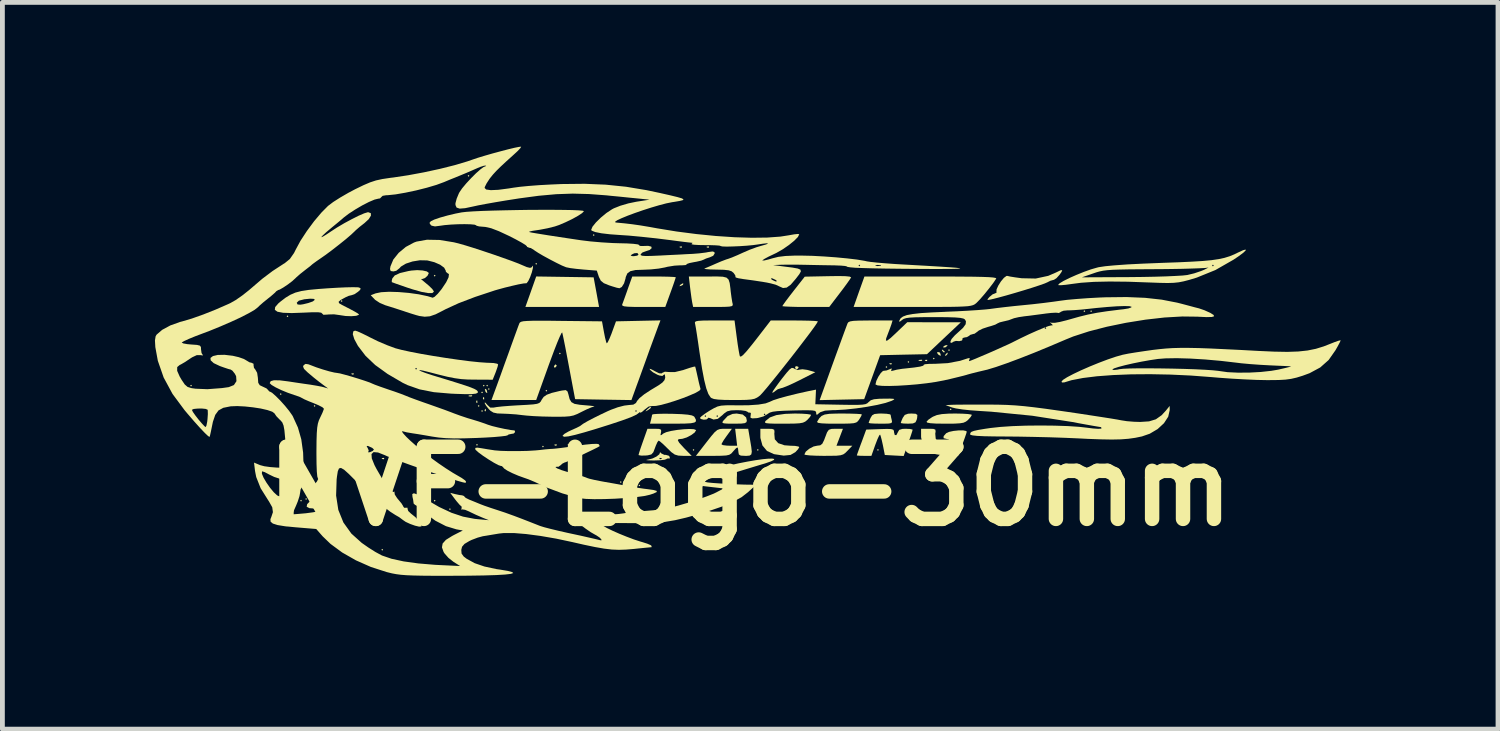
<source format=kicad_pcb>
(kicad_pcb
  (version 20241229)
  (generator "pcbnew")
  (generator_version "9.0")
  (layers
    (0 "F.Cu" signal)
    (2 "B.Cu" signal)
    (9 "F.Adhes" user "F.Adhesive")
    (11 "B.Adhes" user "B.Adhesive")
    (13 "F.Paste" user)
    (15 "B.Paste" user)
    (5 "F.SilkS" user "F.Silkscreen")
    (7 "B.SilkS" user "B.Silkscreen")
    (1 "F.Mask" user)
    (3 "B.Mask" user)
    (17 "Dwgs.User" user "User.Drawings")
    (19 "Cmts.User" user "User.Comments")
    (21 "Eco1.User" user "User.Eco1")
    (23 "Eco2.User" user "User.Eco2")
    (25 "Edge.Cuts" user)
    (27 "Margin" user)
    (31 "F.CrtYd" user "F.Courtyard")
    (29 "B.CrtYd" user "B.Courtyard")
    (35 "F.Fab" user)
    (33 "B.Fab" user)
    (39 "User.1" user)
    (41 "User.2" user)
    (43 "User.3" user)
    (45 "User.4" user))
  (footprint "NVF-Logo-30mm"
    (layer "F.Cu")
    (at 12.55 4.562)
    (property "Reference" "NVF-Logo-30mm" (at 0 2.5 0) (layer "F.SilkS") (effects (font (size 1.5 1.5) (thickness 0.3))))
    (attr board_only exclude_from_pos_files exclude_from_bom allow_missing_courtyard)
    (fp_poly (pts (xy -11.609 0.407) (xy -11.627 0.424) (xy -11.645 0.407) (xy -11.627 0.389)) (stroke (width 0) (type solid)) (fill yes) (layer "F.SilkS"))
    (fp_poly (pts (xy -9.745 0.583) (xy -9.762 0.6) (xy -9.78 0.583) (xy -9.762 0.565)) (stroke (width 0) (type solid)) (fill yes) (layer "F.SilkS"))
    (fp_poly (pts (xy -9.604 -1.036) (xy -9.622 -1.018) (xy -9.639 -1.036) (xy -9.622 -1.053)) (stroke (width 0) (type solid)) (fill yes) (layer "F.SilkS"))
    (fp_poly (pts (xy -9.323 2.799) (xy -9.34 2.817) (xy -9.358 2.799) (xy -9.34 2.781)) (stroke (width 0) (type solid)) (fill yes) (layer "F.SilkS"))
    (fp_poly (pts (xy -9.217 2.764) (xy -9.235 2.781) (xy -9.252 2.764) (xy -9.235 2.746)) (stroke (width 0) (type solid)) (fill yes) (layer "F.SilkS"))
    (fp_poly (pts (xy -9.041 0.829) (xy -9.059 0.847) (xy -9.076 0.829) (xy -9.059 0.811)) (stroke (width 0) (type solid)) (fill yes) (layer "F.SilkS"))
    (fp_poly (pts (xy -8.478 -1.352) (xy -8.496 -1.335) (xy -8.514 -1.352) (xy -8.496 -1.37)) (stroke (width 0) (type solid)) (fill yes) (layer "F.SilkS"))
    (fp_poly (pts (xy -7.634 3.819) (xy -7.652 3.837) (xy -7.669 3.819) (xy -7.652 3.802)) (stroke (width 0) (type solid)) (fill yes) (layer "F.SilkS"))
    (fp_poly (pts (xy -6.543 -1.88) (xy -6.561 -1.862) (xy -6.579 -1.88) (xy -6.561 -1.898)) (stroke (width 0) (type solid)) (fill yes) (layer "F.SilkS"))
    (fp_poly (pts (xy -6.543 2.799) (xy -6.561 2.817) (xy -6.579 2.799) (xy -6.561 2.781)) (stroke (width 0) (type solid)) (fill yes) (layer "F.SilkS"))
    (fp_poly (pts (xy -6.227 2.975) (xy -6.244 2.993) (xy -6.262 2.975) (xy -6.244 2.957)) (stroke (width 0) (type solid)) (fill yes) (layer "F.SilkS"))
    (fp_poly (pts (xy -5.84 -3.956) (xy -5.857 -3.938) (xy -5.875 -3.956) (xy -5.857 -3.973)) (stroke (width 0) (type solid)) (fill yes) (layer "F.SilkS"))
    (fp_poly (pts (xy -5.664 1.638) (xy -5.682 1.656) (xy -5.699 1.638) (xy -5.682 1.62)) (stroke (width 0) (type solid)) (fill yes) (layer "F.SilkS"))
    (fp_poly (pts (xy -5.629 0.829) (xy -5.646 0.847) (xy -5.664 0.829) (xy -5.646 0.811)) (stroke (width 0) (type solid)) (fill yes) (layer "F.SilkS"))
    (fp_poly (pts (xy -5.558 0.548) (xy -5.576 0.565) (xy -5.594 0.548) (xy -5.576 0.53)) (stroke (width 0) (type solid)) (fill yes) (layer "F.SilkS"))
    (fp_poly (pts (xy -5.558 0.934) (xy -5.576 0.952) (xy -5.594 0.934) (xy -5.576 0.917)) (stroke (width 0) (type solid)) (fill yes) (layer "F.SilkS"))
    (fp_poly (pts (xy -5.523 0.407) (xy -5.541 0.424) (xy -5.558 0.407) (xy -5.541 0.389)) (stroke (width 0) (type solid)) (fill yes) (layer "F.SilkS"))
    (fp_poly (pts (xy -5.453 0.407) (xy -5.47 0.424) (xy -5.488 0.407) (xy -5.47 0.389)) (stroke (width 0) (type solid)) (fill yes) (layer "F.SilkS"))
    (fp_poly (pts (xy -5.418 0.477) (xy -5.435 0.495) (xy -5.453 0.477) (xy -5.435 0.46)) (stroke (width 0) (type solid)) (fill yes) (layer "F.SilkS"))
    (fp_poly (pts (xy -4.433 -2.126) (xy -4.45 -2.109) (xy -4.468 -2.126) (xy -4.45 -2.144)) (stroke (width 0) (type solid)) (fill yes) (layer "F.SilkS"))
    (fp_poly (pts (xy -4.292 1.673) (xy -4.31 1.691) (xy -4.327 1.673) (xy -4.31 1.656)) (stroke (width 0) (type solid)) (fill yes) (layer "F.SilkS"))
    (fp_poly (pts (xy -4.222 0.512) (xy -4.239 0.53) (xy -4.257 0.512) (xy -4.239 0.495)) (stroke (width 0) (type solid)) (fill yes) (layer "F.SilkS"))
    (fp_poly (pts (xy -3.94 -0.262) (xy -3.958 -0.244) (xy -3.975 -0.262) (xy -3.958 -0.279)) (stroke (width 0) (type solid)) (fill yes) (layer "F.SilkS"))
    (fp_poly (pts (xy -3.764 1.638) (xy -3.782 1.656) (xy -3.799 1.638) (xy -3.782 1.62)) (stroke (width 0) (type solid)) (fill yes) (layer "F.SilkS"))
    (fp_poly (pts (xy -3.237 -2.724) (xy -3.254 -2.707) (xy -3.272 -2.724) (xy -3.254 -2.742)) (stroke (width 0) (type solid)) (fill yes) (layer "F.SilkS"))
    (fp_poly (pts (xy -2.674 2.412) (xy -2.691 2.43) (xy -2.709 2.412) (xy -2.691 2.394)) (stroke (width 0) (type solid)) (fill yes) (layer "F.SilkS"))
    (fp_poly (pts (xy -2.287 2.482) (xy -2.304 2.5) (xy -2.322 2.482) (xy -2.304 2.465)) (stroke (width 0) (type solid)) (fill yes) (layer "F.SilkS"))
    (fp_poly (pts (xy -1.161 1.744) (xy -1.179 1.761) (xy -1.196 1.744) (xy -1.179 1.726)) (stroke (width 0) (type solid)) (fill yes) (layer "F.SilkS"))
    (fp_poly (pts (xy 0.176 1.744) (xy 0.158 1.761) (xy 0.141 1.744) (xy 0.158 1.726)) (stroke (width 0) (type solid)) (fill yes) (layer "F.SilkS"))
    (fp_poly (pts (xy 2.674 1.744) (xy 2.656 1.761) (xy 2.639 1.744) (xy 2.656 1.726)) (stroke (width 0) (type solid)) (fill yes) (layer "F.SilkS"))
    (fp_poly (pts (xy 2.85 0.02) (xy 2.832 0.037) (xy 2.814 0.02) (xy 2.832 0.002)) (stroke (width 0) (type solid)) (fill yes) (layer "F.SilkS"))
    (fp_poly (pts (xy 3.307 -0.086) (xy 3.289 -0.068) (xy 3.272 -0.086) (xy 3.289 -0.103)) (stroke (width 0) (type solid)) (fill yes) (layer "F.SilkS"))
    (fp_poly (pts (xy 3.835 -0.156) (xy 3.817 -0.139) (xy 3.799 -0.156) (xy 3.817 -0.174)) (stroke (width 0) (type solid)) (fill yes) (layer "F.SilkS"))
    (fp_poly (pts (xy 4.151 -0.332) (xy 4.134 -0.314) (xy 4.116 -0.332) (xy 4.134 -0.35)) (stroke (width 0) (type solid)) (fill yes) (layer "F.SilkS"))
    (fp_poly (pts (xy 4.186 0.899) (xy 4.169 0.917) (xy 4.151 0.899) (xy 4.169 0.882)) (stroke (width 0) (type solid)) (fill yes) (layer "F.SilkS"))
    (fp_poly (pts (xy 6.966 -1.141) (xy 6.948 -1.124) (xy 6.93 -1.141) (xy 6.948 -1.159)) (stroke (width 0) (type solid)) (fill yes) (layer "F.SilkS"))
    (fp_poly (pts (xy 7.106 -1.141) (xy 7.089 -1.124) (xy 7.071 -1.141) (xy 7.089 -1.159)) (stroke (width 0) (type solid)) (fill yes) (layer "F.SilkS"))
    (fp_poly (pts (xy -8.244 0.155) (xy -8.249 0.176) (xy -8.267 0.178) (xy -8.296 0.165) (xy -8.291 0.155) (xy -8.249 0.15)) (stroke (width 0) (type solid)) (fill yes) (layer "F.SilkS"))
    (fp_poly (pts (xy -7.611 1.914) (xy -7.615 1.935) (xy -7.634 1.937) (xy -7.663 1.924) (xy -7.658 1.914) (xy -7.616 1.909)) (stroke (width 0) (type solid)) (fill yes) (layer "F.SilkS"))
    (fp_poly (pts (xy -5.779 0.614) (xy -5.79 0.63) (xy -5.825 0.633) (xy -5.863 0.624) (xy -5.846 0.611) (xy -5.792 0.607)) (stroke (width 0) (type solid)) (fill yes) (layer "F.SilkS"))
    (fp_poly (pts (xy -5.676 0.718) (xy -5.672 0.759) (xy -5.676 0.764) (xy -5.697 0.76) (xy -5.699 0.741) (xy -5.686 0.712)) (stroke (width 0) (type solid)) (fill yes) (layer "F.SilkS"))
    (fp_poly (pts (xy -5.535 0.647) (xy -5.531 0.689) (xy -5.535 0.694) (xy -5.556 0.689) (xy -5.558 0.671) (xy -5.546 0.642)) (stroke (width 0) (type solid)) (fill yes) (layer "F.SilkS"))
    (fp_poly (pts (xy -5.5 0.893) (xy -5.496 0.935) (xy -5.5 0.94) (xy -5.521 0.936) (xy -5.523 0.917) (xy -5.51 0.888)) (stroke (width 0) (type solid)) (fill yes) (layer "F.SilkS"))
    (fp_poly (pts (xy -4.022 1.632) (xy -4.027 1.653) (xy -4.046 1.656) (xy -4.075 1.643) (xy -4.069 1.632) (xy -4.027 1.628)) (stroke (width 0) (type solid)) (fill yes) (layer "F.SilkS"))
    (fp_poly (pts (xy -1.419 -2.484) (xy -1.424 -2.463) (xy -1.442 -2.46) (xy -1.471 -2.473) (xy -1.466 -2.484) (xy -1.424 -2.488)) (stroke (width 0) (type solid)) (fill yes) (layer "F.SilkS"))
    (fp_poly (pts (xy -0.856 -2.484) (xy -0.861 -2.463) (xy -0.88 -2.46) (xy -0.908 -2.473) (xy -0.903 -2.484) (xy -0.861 -2.488)) (stroke (width 0) (type solid)) (fill yes) (layer "F.SilkS"))
    (fp_poly (pts (xy 2.943 -0.056) (xy 2.939 -0.036) (xy 2.92 -0.033) (xy 2.891 -0.046) (xy 2.896 -0.056) (xy 2.938 -0.061)) (stroke (width 0) (type solid)) (fill yes) (layer "F.SilkS"))
    (fp_poly (pts (xy 3.579 -0.125) (xy 3.568 -0.109) (xy 3.533 -0.106) (xy 3.495 -0.115) (xy 3.511 -0.127) (xy 3.566 -0.132)) (stroke (width 0) (type solid)) (fill yes) (layer "F.SilkS"))
    (fp_poly (pts (xy 3.682 -0.127) (xy 3.677 -0.106) (xy 3.659 -0.103) (xy 3.63 -0.116) (xy 3.635 -0.127) (xy 3.677 -0.131)) (stroke (width 0) (type solid)) (fill yes) (layer "F.SilkS"))
    (fp_poly (pts (xy -5.489 0.485) (xy -5.476 0.511) (xy -5.467 0.56) (xy -5.491 0.551) (xy -5.507 0.528) (xy -5.518 0.482) (xy -5.514 0.473)) (stroke (width 0) (type solid)) (fill yes) (layer "F.SilkS"))
    (fp_poly (pts (xy -2.074 0.878) (xy -2.121 0.913) (xy -2.174 0.943) (xy -2.171 0.932) (xy -2.138 0.897) (xy -2.087 0.855) (xy -2.06 0.85)) (stroke (width 0) (type solid)) (fill yes) (layer "F.SilkS"))
    (fp_poly (pts (xy -1.389 -1.715) (xy -1.399 -1.689) (xy -1.432 -1.671) (xy -1.473 -1.66) (xy -1.456 -1.686) (xy -1.452 -1.691) (xy -1.406 -1.719)) (stroke (width 0) (type solid)) (fill yes) (layer "F.SilkS"))
    (fp_poly (pts (xy 3.938 -0.285) (xy 3.953 -0.261) (xy 3.966 -0.216) (xy 3.942 -0.22) (xy 3.91 -0.24) (xy 3.884 -0.276) (xy 3.898 -0.292)) (stroke (width 0) (type solid)) (fill yes) (layer "F.SilkS"))
    (fp_poly (pts (xy 4.005 -0.335) (xy 4.043 -0.303) (xy 4.046 -0.295) (xy 4.029 -0.28) (xy 3.994 -0.313) (xy 3.99 -0.32) (xy 3.985 -0.344)) (stroke (width 0) (type solid)) (fill yes) (layer "F.SilkS"))
    (fp_poly (pts (xy 4.098 -0.42) (xy 4.061 -0.39) (xy 4.02 -0.385) (xy 4.011 -0.399) (xy 4.038 -0.421) (xy 4.065 -0.433) (xy 4.101 -0.436)) (stroke (width 0) (type solid)) (fill yes) (layer "F.SilkS"))
    (fp_poly (pts (xy -4.023 -0.011) (xy -4.028 0.002) (xy -4.06 0.036) (xy -4.065 0.037) (xy -4.08 0.01) (xy -4.081 0.002) (xy -4.054 -0.032) (xy -4.044 -0.033)) (stroke (width 0) (type solid)) (fill yes) (layer "F.SilkS"))
    (fp_poly (pts (xy -3.853 -1.854) (xy -3.256 -1.845) (xy -3.199 -1.537) (xy -3.143 -1.229) (xy -3.909 -1.229) (xy -4.675 -1.229) (xy -4.562 -1.546) (xy -4.45 -1.863)) (stroke (width 0) (type solid)) (fill yes) (layer "F.SilkS"))
    (fp_poly (pts (xy 1.005 0.019) (xy 1.003 0.037) (xy 0.973 0.071) (xy 0.967 0.073) (xy 0.939 0.048) (xy 0.932 0.037) (xy 0.941 0.008) (xy 0.967 0.002)) (stroke (width 0) (type solid)) (fill yes) (layer "F.SilkS"))
    (fp_poly (pts (xy 4.105 -0.257) (xy 4.098 -0.244) (xy 4.065 -0.21) (xy 4.059 -0.209) (xy 4.057 -0.232) (xy 4.063 -0.244) (xy 4.096 -0.278) (xy 4.103 -0.279)) (stroke (width 0) (type solid)) (fill yes) (layer "F.SilkS"))
    (fp_poly (pts (xy 3.44 0.992) (xy 3.476 1.016) (xy 3.471 1.078) (xy 3.461 1.119) (xy 3.436 1.17) (xy 3.383 1.193) (xy 3.285 1.198) (xy 3.192 1.195) (xy 3.137 1.187) (xy 3.131 1.182) (xy 3.144 1.142) (xy 3.172 1.077) (xy 3.214 1.016) (xy 3.282 0.991) (xy 3.348 0.987)) (stroke (width 0) (type solid)) (fill yes) (layer "F.SilkS"))
    (fp_poly (pts (xy -0.155 1.008) (xy -0.085 1.068) (xy -0.07 1.135) (xy -0.079 1.167) (xy -0.113 1.187) (xy -0.186 1.196) (xy -0.315 1.198) (xy -0.339 1.198) (xy -0.473 1.197) (xy -0.549 1.191) (xy -0.578 1.178) (xy -0.572 1.153) (xy -0.56 1.137) (xy -0.468 1.039) (xy -0.367 0.995) (xy -0.282 0.987)) (stroke (width 0) (type solid)) (fill yes) (layer "F.SilkS"))
    (fp_poly (pts (xy 2.836 0.992) (xy 2.905 1.003) (xy 2.92 1.014) (xy 2.929 1.066) (xy 2.942 1.119) (xy 2.949 1.16) (xy 2.935 1.184) (xy 2.884 1.195) (xy 2.783 1.198) (xy 2.713 1.198) (xy 2.59 1.196) (xy 2.501 1.191) (xy 2.463 1.183) (xy 2.463 1.182) (xy 2.476 1.142) (xy 2.503 1.077) (xy 2.536 1.024) (xy 2.584 0.997) (xy 2.67 0.988) (xy 2.732 0.987)) (stroke (width 0) (type solid)) (fill yes) (layer "F.SilkS"))
    (fp_poly (pts (xy -1.623 0.993) (xy -1.617 0.993) (xy -1.426 1) (xy -1.295 1.011) (xy -1.213 1.026) (xy -1.169 1.047) (xy -1.16 1.058) (xy -1.131 1.111) (xy -1.128 1.149) (xy -1.16 1.174) (xy -1.234 1.189) (xy -1.36 1.196) (xy -1.546 1.198) (xy -1.605 1.198) (xy -2.084 1.198) (xy -2.063 1.119) (xy -2.046 1.045) (xy -2.041 1.011) (xy -2.008 1) (xy -1.918 0.994) (xy -1.785 0.991)) (stroke (width 0) (type solid)) (fill yes) (layer "F.SilkS"))
    (fp_poly (pts (xy 1.983 -1.869) (xy 2.069 -1.86) (xy 2.097 -1.845) (xy 2.097 -1.841) (xy 2.07 -1.799) (xy 2.01 -1.714) (xy 1.927 -1.601) (xy 1.862 -1.516) (xy 1.643 -1.229) (xy 1.156 -1.229) (xy 0.98 -1.23) (xy 0.832 -1.234) (xy 0.725 -1.239) (xy 0.672 -1.245) (xy 0.668 -1.247) (xy 0.689 -1.28) (xy 0.744 -1.357) (xy 0.825 -1.464) (xy 0.901 -1.562) (xy 1.134 -1.859) (xy 1.623 -1.869) (xy 1.836 -1.872)) (stroke (width 0) (type solid)) (fill yes) (layer "F.SilkS"))
    (fp_poly (pts (xy -1.831 -1.861) (xy -1.691 -1.858) (xy -1.592 -1.853) (xy -1.549 -1.848) (xy -1.548 -1.847) (xy -1.559 -1.809) (xy -1.589 -1.72) (xy -1.632 -1.598) (xy -1.657 -1.53) (xy -1.766 -1.229) (xy -2.223 -1.229) (xy -2.413 -1.23) (xy -2.541 -1.234) (xy -2.619 -1.242) (xy -2.657 -1.256) (xy -2.663 -1.275) (xy -2.662 -1.28) (xy -2.641 -1.336) (xy -2.604 -1.438) (xy -2.558 -1.567) (xy -2.548 -1.597) (xy -2.453 -1.862) (xy -2.001 -1.862)) (stroke (width 0) (type solid)) (fill yes) (layer "F.SilkS"))
    (fp_poly (pts (xy -0.569 -1.858) (xy -0.493 -1.839) (xy -0.45 -1.798) (xy -0.427 -1.727) (xy -0.412 -1.616) (xy -0.405 -1.546) (xy -0.389 -1.426) (xy -0.373 -1.328) (xy -0.364 -1.291) (xy -0.363 -1.265) (xy -0.382 -1.247) (xy -0.434 -1.236) (xy -0.53 -1.231) (xy -0.68 -1.229) (xy -0.767 -1.229) (xy -1.187 -1.229) (xy -1.207 -1.326) (xy -1.221 -1.413) (xy -1.238 -1.539) (xy -1.251 -1.642) (xy -1.276 -1.862) (xy -0.869 -1.862) (xy -0.69 -1.863)) (stroke (width 0) (type solid)) (fill yes) (layer "F.SilkS"))
    (fp_poly (pts (xy 1.075 0.99) (xy 1.188 0.998) (xy 1.255 1.009) (xy 1.266 1.016) (xy 1.243 1.058) (xy 1.187 1.12) (xy 1.185 1.122) (xy 1.144 1.155) (xy 1.095 1.177) (xy 1.023 1.19) (xy 0.915 1.196) (xy 0.755 1.198) (xy 0.688 1.198) (xy 0.513 1.198) (xy 0.397 1.194) (xy 0.332 1.187) (xy 0.307 1.174) (xy 0.311 1.153) (xy 0.321 1.14) (xy 0.41 1.068) (xy 0.543 1.02) (xy 0.727 0.994) (xy 0.931 0.987)) (stroke (width 0) (type solid)) (fill yes) (layer "F.SilkS"))
    (fp_poly (pts (xy 2.081 0.989) (xy 2.209 0.993) (xy 2.294 0.999) (xy 2.322 1.006) (xy 2.305 1.046) (xy 2.265 1.112) (xy 2.238 1.148) (xy 2.205 1.173) (xy 2.152 1.188) (xy 2.067 1.195) (xy 1.935 1.198) (xy 1.788 1.198) (xy 1.605 1.197) (xy 1.483 1.191) (xy 1.414 1.181) (xy 1.391 1.165) (xy 1.393 1.154) (xy 1.437 1.084) (xy 1.484 1.037) (xy 1.548 1.008) (xy 1.644 0.993) (xy 1.786 0.988) (xy 1.923 0.987)) (stroke (width 0) (type solid)) (fill yes) (layer "F.SilkS"))
    (fp_poly (pts (xy 0.458 1.307) (xy 0.499 1.324) (xy 0.505 1.369) (xy 0.501 1.406) (xy 0.511 1.522) (xy 0.582 1.603) (xy 0.711 1.647) (xy 0.827 1.656) (xy 0.933 1.66) (xy 1.003 1.673) (xy 1.02 1.685) (xy 0.997 1.727) (xy 0.941 1.788) (xy 0.939 1.79) (xy 0.838 1.848) (xy 0.697 1.862) (xy 0.509 1.834) (xy 0.493 1.831) (xy 0.349 1.765) (xy 0.254 1.651) (xy 0.212 1.496) (xy 0.211 1.46) (xy 0.211 1.304) (xy 0.363 1.304)) (stroke (width 0) (type solid)) (fill yes) (layer "F.SilkS"))
    (fp_poly (pts (xy 0.894 0.04) (xy 0.913 0.053) (xy 0.984 0.083) (xy 1.02 0.075) (xy 1.086 0.066) (xy 1.183 0.079) (xy 1.214 0.087) (xy 1.354 0.128) (xy 1.027 0.294) (xy 0.885 0.363) (xy 0.762 0.418) (xy 0.674 0.452) (xy 0.642 0.46) (xy 0.573 0.482) (xy 0.522 0.518) (xy 0.474 0.553) (xy 0.457 0.55) (xy 0.477 0.513) (xy 0.532 0.434) (xy 0.61 0.327) (xy 0.658 0.264) (xy 0.754 0.143) (xy 0.818 0.071) (xy 0.862 0.039)) (stroke (width 0) (type solid)) (fill yes) (layer "F.SilkS"))
    (fp_poly (pts (xy 4.411 0.99) (xy 4.526 0.997) (xy 4.595 1.008) (xy 4.609 1.016) (xy 4.585 1.058) (xy 4.529 1.12) (xy 4.527 1.122) (xy 4.485 1.155) (xy 4.434 1.178) (xy 4.361 1.19) (xy 4.248 1.197) (xy 4.083 1.198) (xy 4.049 1.198) (xy 3.864 1.196) (xy 3.742 1.188) (xy 3.679 1.175) (xy 3.666 1.158) (xy 3.704 1.116) (xy 3.78 1.064) (xy 3.801 1.052) (xy 3.881 1.019) (xy 3.984 0.999) (xy 4.127 0.989) (xy 4.265 0.987)) (stroke (width 0) (type solid)) (fill yes) (layer "F.SilkS"))
    (fp_poly (pts (xy 1.861 1.48) (xy 1.794 1.656) (xy 1.959 1.656) (xy 2.124 1.656) (xy 2.023 1.761) (xy 1.977 1.807) (xy 1.934 1.837) (xy 1.877 1.855) (xy 1.793 1.864) (xy 1.666 1.866) (xy 1.524 1.867) (xy 1.366 1.864) (xy 1.238 1.858) (xy 1.153 1.848) (xy 1.126 1.838) (xy 1.155 1.78) (xy 1.228 1.719) (xy 1.318 1.672) (xy 1.392 1.656) (xy 1.456 1.648) (xy 1.499 1.615) (xy 1.537 1.539) (xy 1.559 1.48) (xy 1.598 1.378) (xy 1.634 1.326) (xy 1.688 1.307) (xy 1.775 1.304) (xy 1.928 1.304)) (stroke (width 0) (type solid)) (fill yes) (layer "F.SilkS"))
    (fp_poly (pts (xy 4.118 -1.862) (xy 4.413 -1.86) (xy 4.648 -1.858) (xy 4.829 -1.854) (xy 4.961 -1.849) (xy 5.049 -1.842) (xy 5.099 -1.833) (xy 5.116 -1.823) (xy 5.115 -1.818) (xy 5.054 -1.728) (xy 4.967 -1.614) (xy 4.869 -1.493) (xy 4.777 -1.387) (xy 4.705 -1.313) (xy 4.692 -1.302) (xy 4.665 -1.282) (xy 4.633 -1.267) (xy 4.589 -1.255) (xy 4.527 -1.245) (xy 4.437 -1.239) (xy 4.313 -1.234) (xy 4.147 -1.231) (xy 3.932 -1.23) (xy 3.661 -1.229) (xy 3.375 -1.229) (xy 2.15 -1.229) (xy 2.262 -1.546) (xy 2.375 -1.862) (xy 3.758 -1.862)) (stroke (width 0) (type solid)) (fill yes) (layer "F.SilkS"))
    (fp_poly (pts (xy -6.813 -1.988) (xy -6.725 -1.968) (xy -6.685 -1.938) (xy -6.684 -1.932) (xy -6.71 -1.878) (xy -6.766 -1.829) (xy -6.823 -1.809) (xy -6.837 -1.812) (xy -6.845 -1.809) (xy -6.807 -1.776) (xy -6.684 -1.673) (xy -6.611 -1.602) (xy -6.581 -1.557) (xy -6.579 -1.546) (xy -6.61 -1.518) (xy -6.698 -1.518) (xy -6.836 -1.543) (xy -7.016 -1.594) (xy -7.124 -1.629) (xy -7.262 -1.677) (xy -7.372 -1.715) (xy -7.439 -1.74) (xy -7.453 -1.745) (xy -7.453 -1.779) (xy -7.442 -1.822) (xy -7.392 -1.884) (xy -7.283 -1.934) (xy -7.11 -1.975) (xy -7.046 -1.986) (xy -6.926 -1.995)) (stroke (width 0) (type solid)) (fill yes) (layer "F.SilkS"))
    (fp_poly (pts (xy -1.863 1.8) (xy -1.847 1.817) (xy -1.784 1.847) (xy -1.753 1.847) (xy -1.692 1.865) (xy -1.674 1.89) (xy -1.673 1.924) (xy -1.687 1.921) (xy -1.732 1.924) (xy -1.739 1.933) (xy -1.781 1.948) (xy -1.874 1.959) (xy -2 1.963) (xy -2.014 1.963) (xy -2.116 1.96) (xy -2.163 1.955) (xy -2.147 1.948) (xy -2.129 1.946) (xy -2.037 1.923) (xy -2.016 1.914) (xy -1.888 1.914) (xy -1.883 1.935) (xy -1.865 1.937) (xy -1.836 1.924) (xy -1.841 1.914) (xy -1.883 1.909) (xy -1.888 1.914) (xy -2.016 1.914) (xy -1.95 1.882) (xy -1.889 1.834) (xy -1.875 1.792) (xy -1.875 1.791)) (stroke (width 0) (type solid)) (fill yes) (layer "F.SilkS"))
    (fp_poly (pts (xy 2.936 -0.868) (xy 2.905 -0.781) (xy 2.865 -0.676) (xy 2.863 -0.671) (xy 2.827 -0.575) (xy 2.822 -0.528) (xy 2.851 -0.531) (xy 2.919 -0.583) (xy 3.031 -0.687) (xy 3.04 -0.696) (xy 3.266 -0.912) (xy 3.823 -0.911) (xy 4.38 -0.91) (xy 4.028 -0.579) (xy 3.676 -0.247) (xy 3.189 -0.237) (xy 2.702 -0.226) (xy 2.536 0.231) (xy 2.37 0.688) (xy 1.907 0.698) (xy 1.444 0.708) (xy 1.584 0.32) (xy 1.689 0.028) (xy 1.785 -0.237) (xy 1.869 -0.467) (xy 1.937 -0.654) (xy 1.988 -0.792) (xy 2.019 -0.874) (xy 2.023 -0.886) (xy 2.041 -0.912) (xy 2.078 -0.929) (xy 2.145 -0.94) (xy 2.254 -0.945) (xy 2.417 -0.947) (xy 2.504 -0.948) (xy 2.96 -0.948)) (stroke (width 0) (type solid)) (fill yes) (layer "F.SilkS"))
    (fp_poly (pts (xy 3.807 1.306) (xy 3.85 1.322) (xy 3.855 1.363) (xy 3.848 1.406) (xy 3.857 1.509) (xy 3.913 1.595) (xy 3.998 1.645) (xy 4.056 1.649) (xy 4.12 1.62) (xy 4.146 1.572) (xy 4.131 1.529) (xy 4.083 1.515) (xy 4.021 1.5) (xy 4.022 1.457) (xy 4.075 1.397) (xy 4.134 1.369) (xy 4.227 1.349) (xy 4.332 1.338) (xy 4.427 1.337) (xy 4.49 1.35) (xy 4.503 1.365) (xy 4.491 1.408) (xy 4.46 1.498) (xy 4.417 1.616) (xy 4.412 1.629) (xy 4.321 1.867) (xy 4.139 1.864) (xy 4.005 1.855) (xy 3.877 1.836) (xy 3.835 1.827) (xy 3.686 1.756) (xy 3.591 1.64) (xy 3.554 1.485) (xy 3.553 1.46) (xy 3.553 1.304) (xy 3.711 1.304)) (stroke (width 0) (type solid)) (fill yes) (layer "F.SilkS"))
    (fp_poly (pts (xy 6.475 -1.959) (xy 6.432 -1.898) (xy 6.369 -1.828) (xy 6.315 -1.793) (xy 6.307 -1.792) (xy 6.242 -1.774) (xy 6.182 -1.743) (xy 6.125 -1.718) (xy 6.014 -1.679) (xy 5.865 -1.63) (xy 5.691 -1.576) (xy 5.507 -1.521) (xy 5.327 -1.469) (xy 5.166 -1.425) (xy 5.038 -1.393) (xy 5.014 -1.387) (xy 4.943 -1.374) (xy 4.933 -1.387) (xy 4.975 -1.437) (xy 4.976 -1.438) (xy 5.041 -1.492) (xy 5.091 -1.511) (xy 5.124 -1.528) (xy 5.12 -1.543) (xy 5.123 -1.595) (xy 5.159 -1.674) (xy 5.214 -1.761) (xy 5.276 -1.835) (xy 5.329 -1.874) (xy 5.347 -1.875) (xy 5.407 -1.861) (xy 5.514 -1.844) (xy 5.646 -1.826) (xy 5.651 -1.826) (xy 5.937 -1.82) (xy 6.197 -1.876) (xy 6.357 -1.945) (xy 6.45 -1.99) (xy 6.488 -1.996)) (stroke (width 0) (type solid)) (fill yes) (layer "F.SilkS"))
    (fp_poly (pts (xy 3.323 1.308) (xy 3.373 1.32) (xy 3.377 1.325) (xy 3.366 1.366) (xy 3.337 1.455) (xy 3.295 1.576) (xy 3.284 1.608) (xy 3.191 1.87) (xy 2.995 1.86) (xy 2.799 1.849) (xy 2.759 1.646) (xy 2.734 1.534) (xy 2.712 1.453) (xy 2.7 1.424) (xy 2.681 1.446) (xy 2.647 1.518) (xy 2.605 1.627) (xy 2.601 1.637) (xy 2.52 1.867) (xy 2.368 1.867) (xy 2.276 1.865) (xy 2.222 1.86) (xy 2.217 1.858) (xy 2.228 1.823) (xy 2.258 1.739) (xy 2.301 1.621) (xy 2.315 1.585) (xy 2.412 1.321) (xy 2.701 1.311) (xy 2.843 1.307) (xy 2.929 1.31) (xy 2.973 1.323) (xy 2.989 1.348) (xy 2.99 1.373) (xy 3.006 1.434) (xy 3.039 1.436) (xy 3.07 1.377) (xy 3.071 1.374) (xy 3.099 1.327) (xy 3.163 1.307) (xy 3.233 1.304)) (stroke (width 0) (type solid)) (fill yes) (layer "F.SilkS"))
    (fp_poly (pts (xy -0.489 1.452) (xy -0.551 1.54) (xy -0.59 1.607) (xy -0.598 1.627) (xy -0.567 1.644) (xy -0.487 1.654) (xy -0.435 1.656) (xy -0.272 1.656) (xy -0.292 1.48) (xy -0.313 1.304) (xy -0.178 1.304) (xy -0.042 1.304) (xy -0.004 1.527) (xy 0.022 1.682) (xy 0.033 1.781) (xy 0.023 1.836) (xy -0.01 1.861) (xy -0.071 1.867) (xy -0.106 1.867) (xy -0.196 1.862) (xy -0.236 1.839) (xy -0.246 1.786) (xy -0.246 1.779) (xy -0.254 1.713) (xy -0.268 1.691) (xy -0.302 1.716) (xy -0.356 1.776) (xy -0.358 1.779) (xy -0.394 1.819) (xy -0.436 1.845) (xy -0.499 1.859) (xy -0.599 1.865) (xy -0.751 1.867) (xy -0.778 1.867) (xy -1.129 1.867) (xy -0.91 1.585) (xy -0.81 1.458) (xy -0.74 1.376) (xy -0.685 1.33) (xy -0.632 1.31) (xy -0.568 1.304) (xy -0.537 1.304) (xy -0.381 1.304)) (stroke (width 0) (type solid)) (fill yes) (layer "F.SilkS"))
    (fp_poly (pts (xy -1.893 1.307) (xy -1.854 1.324) (xy -1.852 1.364) (xy -1.856 1.383) (xy -1.866 1.437) (xy -1.845 1.434) (xy -1.809 1.404) (xy -1.747 1.375) (xy -1.644 1.349) (xy -1.518 1.328) (xy -1.385 1.314) (xy -1.264 1.308) (xy -1.172 1.313) (xy -1.127 1.33) (xy -1.126 1.335) (xy -1.155 1.382) (xy -1.228 1.436) (xy -1.32 1.484) (xy -1.408 1.512) (xy -1.434 1.515) (xy -1.491 1.521) (xy -1.505 1.545) (xy -1.475 1.596) (xy -1.396 1.683) (xy -1.365 1.716) (xy -1.217 1.867) (xy -1.393 1.867) (xy -1.495 1.862) (xy -1.569 1.84) (xy -1.641 1.789) (xy -1.724 1.708) (xy -1.808 1.626) (xy -1.874 1.569) (xy -1.904 1.55) (xy -1.929 1.58) (xy -1.963 1.656) (xy -1.979 1.7) (xy -2.015 1.793) (xy -2.057 1.838) (xy -2.13 1.856) (xy -2.175 1.86) (xy -2.265 1.862) (xy -2.317 1.853) (xy -2.322 1.848) (xy -2.311 1.806) (xy -2.282 1.716) (xy -2.24 1.595) (xy -2.229 1.564) (xy -2.137 1.304) (xy -1.986 1.304)) (stroke (width 0) (type solid)) (fill yes) (layer "F.SilkS"))
    (fp_poly (pts (xy -3.799 0.528) (xy -3.781 0.587) (xy -3.755 0.688) (xy -3.718 0.75) (xy -3.653 0.786) (xy -3.544 0.805) (xy -3.444 0.814) (xy -3.329 0.824) (xy -3.256 0.833) (xy -3.238 0.839) (xy -3.243 0.84) (xy -3.304 0.859) (xy -3.404 0.902) (xy -3.506 0.952) (xy -3.596 0.997) (xy -3.673 1.027) (xy -3.754 1.044) (xy -3.857 1.052) (xy -4 1.054) (xy -4.133 1.053) (xy -4.318 1.049) (xy -4.497 1.041) (xy -4.646 1.03) (xy -4.732 1.021) (xy -4.869 1.005) (xy -5.032 0.994) (xy -5.129 0.99) (xy -5.258 0.985) (xy -5.341 0.967) (xy -5.402 0.929) (xy -5.437 0.894) (xy -5.494 0.822) (xy -5.523 0.768) (xy -5.523 0.763) (xy -5.507 0.76) (xy -5.467 0.805) (xy -5.466 0.807) (xy -5.405 0.864) (xy -5.334 0.863) (xy -5.271 0.852) (xy -5.154 0.839) (xy -5 0.827) (xy -4.825 0.816) (xy -4.82 0.816) (xy -4.638 0.806) (xy -4.513 0.797) (xy -4.433 0.785) (xy -4.385 0.767) (xy -4.357 0.739) (xy -4.336 0.7) (xy -4.335 0.698) (xy -4.295 0.641) (xy -4.23 0.596) (xy -4.126 0.558) (xy -3.969 0.52) (xy -3.914 0.509) (xy -3.835 0.5)) (stroke (width 0) (type solid)) (fill yes) (layer "F.SilkS"))
    (fp_poly (pts (xy -0.281 -0.605) (xy -0.26 -0.451) (xy -0.239 -0.32) (xy -0.222 -0.23) (xy -0.215 -0.204) (xy -0.194 -0.196) (xy -0.147 -0.231) (xy -0.072 -0.312) (xy 0.036 -0.444) (xy 0.117 -0.547) (xy 0.427 -0.948) (xy 0.917 -0.948) (xy 1.094 -0.946) (xy 1.242 -0.943) (xy 1.349 -0.938) (xy 1.403 -0.931) (xy 1.407 -0.929) (xy 1.386 -0.891) (xy 1.328 -0.806) (xy 1.239 -0.685) (xy 1.126 -0.536) (xy 0.997 -0.367) (xy 0.858 -0.188) (xy 0.716 -0.008) (xy 0.578 0.166) (xy 0.451 0.323) (xy 0.342 0.456) (xy 0.257 0.555) (xy 0.205 0.611) (xy 0.197 0.617) (xy 0.144 0.655) (xy 0.09 0.68) (xy 0.02 0.695) (xy -0.081 0.703) (xy -0.227 0.706) (xy -0.344 0.706) (xy -0.535 0.704) (xy -0.667 0.697) (xy -0.754 0.685) (xy -0.806 0.665) (xy -0.824 0.651) (xy -0.87 0.581) (xy -0.914 0.462) (xy -0.957 0.289) (xy -1.001 0.057) (xy -1.047 -0.239) (xy -1.056 -0.297) (xy -1.083 -0.486) (xy -1.108 -0.653) (xy -1.129 -0.786) (xy -1.144 -0.868) (xy -1.148 -0.886) (xy -1.15 -0.912) (xy -1.13 -0.93) (xy -1.079 -0.94) (xy -0.983 -0.946) (xy -0.834 -0.948) (xy -0.746 -0.948) (xy -0.326 -0.948)) (stroke (width 0) (type solid)) (fill yes) (layer "F.SilkS"))
    (fp_poly (pts (xy -1.904 -0.852) (xy -1.927 -0.789) (xy -1.97 -0.671) (xy -2.028 -0.513) (xy -2.097 -0.325) (xy -2.17 -0.121) (xy -2.244 0.084) (xy -2.312 0.272) (xy -2.37 0.43) (xy -2.412 0.547) (xy -2.435 0.61) (xy -2.47 0.707) (xy -3.056 0.698) (xy -3.641 0.688) (xy -3.767 0.02) (xy -3.807 -0.191) (xy -3.843 -0.38) (xy -3.874 -0.535) (xy -3.897 -0.645) (xy -3.909 -0.698) (xy -3.91 -0.699) (xy -3.926 -0.683) (xy -3.962 -0.608) (xy -4.014 -0.485) (xy -4.078 -0.321) (xy -4.151 -0.125) (xy -4.189 -0.022) (xy -4.45 0.705) (xy -4.915 0.705) (xy -5.38 0.706) (xy -5.254 0.363) (xy -5.189 0.184) (xy -5.112 -0.031) (xy -5.032 -0.251) (xy -4.978 -0.402) (xy -4.918 -0.568) (xy -4.865 -0.714) (xy -4.825 -0.824) (xy -4.802 -0.884) (xy -4.801 -0.887) (xy -4.789 -0.906) (xy -4.764 -0.921) (xy -4.717 -0.932) (xy -4.641 -0.938) (xy -4.527 -0.942) (xy -4.367 -0.943) (xy -4.151 -0.942) (xy -3.929 -0.939) (xy -3.082 -0.93) (xy -3.042 -0.71) (xy -3.019 -0.593) (xy -2.997 -0.507) (xy -2.984 -0.472) (xy -2.964 -0.493) (xy -2.928 -0.566) (xy -2.884 -0.675) (xy -2.878 -0.692) (xy -2.791 -0.93) (xy -2.328 -0.94) (xy -1.866 -0.95)) (stroke (width 0) (type solid)) (fill yes) (layer "F.SilkS"))
    (fp_poly (pts (xy -8.165 -1.638) (xy -8.133 -1.634) (xy -8.099 -1.612) (xy -8.114 -1.581) (xy -8.157 -1.543) (xy -8.23 -1.494) (xy -8.285 -1.475) (xy -8.348 -1.46) (xy -8.413 -1.431) (xy -8.515 -1.375) (xy -8.559 -1.337) (xy -8.549 -1.307) (xy -8.49 -1.272) (xy -8.474 -1.264) (xy -8.319 -1.184) (xy -8.217 -1.129) (xy -8.159 -1.094) (xy -8.137 -1.074) (xy -8.138 -1.065) (xy -8.194 -1.045) (xy -8.294 -1.037) (xy -8.413 -1.041) (xy -8.526 -1.058) (xy -8.531 -1.059) (xy -8.654 -1.076) (xy -8.772 -1.073) (xy -8.786 -1.071) (xy -8.874 -1.066) (xy -8.901 -1.092) (xy -8.921 -1.11) (xy -8.986 -1.119) (xy -9.105 -1.119) (xy -9.284 -1.111) (xy -9.533 -1.102) (xy -9.714 -1.108) (xy -9.831 -1.13) (xy -9.885 -1.169) (xy -9.878 -1.227) (xy -9.812 -1.303) (xy -9.8 -1.313) (xy -9.428 -1.313) (xy -9.413 -1.281) (xy -9.357 -1.276) (xy -9.296 -1.285) (xy -9.189 -1.311) (xy -9.101 -1.342) (xy -9.094 -1.345) (xy -9.053 -1.378) (xy -9.074 -1.397) (xy -9.149 -1.401) (xy -9.272 -1.389) (xy -9.385 -1.36) (xy -9.428 -1.319) (xy -9.428 -1.313) (xy -9.8 -1.313) (xy -9.766 -1.342) (xy -9.66 -1.423) (xy -9.561 -1.483) (xy -9.457 -1.528) (xy -9.334 -1.56) (xy -9.178 -1.584) (xy -8.975 -1.603) (xy -8.784 -1.617) (xy -8.584 -1.629) (xy -8.405 -1.637) (xy -8.261 -1.64)) (stroke (width 0) (type solid)) (fill yes) (layer "F.SilkS"))
    (fp_poly (pts (xy -8.165 -0.721) (xy -8.069 -0.678) (xy -7.947 -0.618) (xy -7.909 -0.598) (xy -7.74 -0.515) (xy -7.547 -0.433) (xy -7.377 -0.37) (xy -7.248 -0.336) (xy -7.064 -0.296) (xy -6.84 -0.253) (xy -6.59 -0.21) (xy -6.33 -0.169) (xy -6.074 -0.132) (xy -5.837 -0.101) (xy -5.634 -0.08) (xy -5.48 -0.069) (xy -5.443 -0.068) (xy -5.335 -0.063) (xy -5.262 -0.049) (xy -5.242 -0.034) (xy -5.254 0.018) (xy -5.285 0.107) (xy -5.298 0.142) (xy -5.355 0.284) (xy -5.712 0.282) (xy -5.871 0.28) (xy -6.01 0.271) (xy -6.146 0.252) (xy -6.298 0.222) (xy -6.485 0.176) (xy -6.664 0.129) (xy -6.798 0.096) (xy -6.87 0.083) (xy -6.882 0.089) (xy -6.839 0.111) (xy -6.744 0.147) (xy -6.601 0.194) (xy -6.538 0.213) (xy -6.275 0.293) (xy -6.07 0.357) (xy -5.918 0.406) (xy -5.81 0.444) (xy -5.738 0.474) (xy -5.694 0.498) (xy -5.67 0.52) (xy -5.665 0.528) (xy -5.665 0.555) (xy -5.704 0.573) (xy -5.788 0.583) (xy -5.924 0.584) (xy -6.121 0.578) (xy -6.227 0.573) (xy -6.577 0.543) (xy -6.873 0.485) (xy -7.124 0.397) (xy -7.226 0.348) (xy -7.542 0.163) (xy -7.691 0.055) (xy -6.966 0.055) (xy -6.948 0.073) (xy -6.93 0.055) (xy -6.948 0.037) (xy -6.966 0.055) (xy -7.691 0.055) (xy -7.797 -0.021) (xy -7.998 -0.212) (xy -8.154 -0.416) (xy -8.162 -0.429) (xy -8.233 -0.561) (xy -8.264 -0.662) (xy -8.253 -0.722) (xy -8.217 -0.737)) (stroke (width 0) (type solid)) (fill yes) (layer "F.SilkS"))
    (fp_poly (pts (xy -6.459 -2.622) (xy -6.164 -2.574) (xy -6.069 -2.551) (xy -5.932 -2.512) (xy -5.754 -2.457) (xy -5.552 -2.391) (xy -5.34 -2.32) (xy -5.137 -2.249) (xy -4.958 -2.185) (xy -4.819 -2.132) (xy -4.758 -2.106) (xy -4.645 -2.058) (xy -4.578 -2.042) (xy -4.542 -2.055) (xy -4.525 -2.082) (xy -4.516 -2.087) (xy -4.519 -2.038) (xy -4.541 -1.948) (xy -4.576 -1.85) (xy -4.615 -1.768) (xy -4.648 -1.724) (xy -4.656 -1.722) (xy -4.712 -1.718) (xy -4.817 -1.699) (xy -4.953 -1.668) (xy -5.104 -1.631) (xy -5.25 -1.591) (xy -5.312 -1.573) (xy -5.722 -1.437) (xy -6.063 -1.307) (xy -6.335 -1.182) (xy -6.388 -1.154) (xy -6.542 -1.076) (xy -6.661 -1.035) (xy -6.768 -1.026) (xy -6.878 -1.041) (xy -6.945 -1.059) (xy -7.056 -1.093) (xy -7.187 -1.136) (xy -7.194 -1.139) (xy -7.342 -1.187) (xy -7.486 -1.233) (xy -7.589 -1.265) (xy -7.702 -1.313) (xy -7.797 -1.375) (xy -7.814 -1.392) (xy -7.891 -1.473) (xy -7.789 -1.512) (xy -7.673 -1.536) (xy -7.507 -1.545) (xy -7.31 -1.539) (xy -7.099 -1.521) (xy -6.892 -1.492) (xy -6.708 -1.453) (xy -6.603 -1.421) (xy -6.563 -1.44) (xy -6.497 -1.503) (xy -6.419 -1.598) (xy -6.412 -1.608) (xy -6.322 -1.743) (xy -6.272 -1.847) (xy -6.265 -1.913) (xy -6.297 -1.933) (xy -6.328 -1.961) (xy -6.332 -1.986) (xy -6.364 -2.046) (xy -6.449 -2.108) (xy -6.569 -2.16) (xy -6.707 -2.195) (xy -6.723 -2.197) (xy -6.869 -2.2) (xy -7.022 -2.175) (xy -7.16 -2.13) (xy -7.262 -2.069) (xy -7.293 -2.035) (xy -7.359 -1.982) (xy -7.418 -1.968) (xy -7.476 -1.976) (xy -7.49 -2.017) (xy -7.481 -2.072) (xy -7.422 -2.214) (xy -7.31 -2.354) (xy -7.161 -2.478) (xy -6.991 -2.569) (xy -6.939 -2.588) (xy -6.721 -2.627)) (stroke (width 0) (type solid)) (fill yes) (layer "F.SilkS"))
    (fp_poly (pts (xy 4.96 0.801) (xy 5.16 0.803) (xy 5.34 0.808) (xy 5.515 0.818) (xy 5.698 0.834) (xy 5.902 0.857) (xy 6.143 0.888) (xy 6.433 0.929) (xy 6.579 0.95) (xy 6.844 0.989) (xy 7.092 1.027) (xy 7.314 1.061) (xy 7.499 1.09) (xy 7.637 1.113) (xy 7.716 1.128) (xy 7.722 1.129) (xy 7.832 1.146) (xy 7.979 1.158) (xy 8.109 1.162) (xy 8.294 1.15) (xy 8.435 1.107) (xy 8.554 1.023) (xy 8.641 0.929) (xy 8.722 0.829) (xy 8.723 0.917) (xy 8.692 1.053) (xy 8.604 1.188) (xy 8.472 1.31) (xy 8.308 1.407) (xy 8.146 1.463) (xy 8.006 1.492) (xy 7.864 1.512) (xy 7.706 1.524) (xy 7.52 1.528) (xy 7.296 1.524) (xy 7.02 1.514) (xy 6.825 1.504) (xy 6.547 1.492) (xy 6.227 1.481) (xy 5.893 1.473) (xy 5.572 1.467) (xy 5.339 1.465) (xy 5.07 1.463) (xy 4.865 1.459) (xy 4.719 1.452) (xy 4.626 1.442) (xy 4.581 1.43) (xy 4.573 1.42) (xy 4.578 1.39) (xy 4.601 1.367) (xy 4.652 1.348) (xy 4.743 1.328) (xy 4.887 1.304) (xy 4.996 1.288) (xy 5.198 1.266) (xy 5.45 1.249) (xy 5.734 1.239) (xy 6.034 1.236) (xy 6.33 1.239) (xy 6.606 1.248) (xy 6.844 1.264) (xy 6.994 1.281) (xy 7.13 1.298) (xy 7.236 1.305) (xy 7.297 1.301) (xy 7.304 1.297) (xy 7.297 1.27) (xy 7.289 1.269) (xy 7.245 1.262) (xy 7.144 1.245) (xy 6.999 1.219) (xy 6.822 1.187) (xy 6.697 1.163) (xy 5.865 1.033) (xy 5.013 0.949) (xy 4.762 0.933) (xy 4.581 0.92) (xy 4.413 0.902) (xy 4.277 0.881) (xy 4.199 0.862) (xy 4.063 0.812) (xy 4.204 0.805) (xy 4.286 0.803) (xy 4.423 0.802) (xy 4.6 0.801) (xy 4.803 0.801)) (stroke (width 0) (type solid)) (fill yes) (layer "F.SilkS"))
    (fp_poly (pts (xy -1.134 0.047) (xy -1.114 0.133) (xy -1.092 0.231) (xy -1.066 0.349) (xy -1.043 0.44) (xy -1.032 0.479) (xy -1.055 0.51) (xy -1.132 0.555) (xy -1.25 0.607) (xy -1.394 0.664) (xy -1.551 0.719) (xy -1.707 0.768) (xy -1.849 0.807) (xy -1.961 0.829) (xy -2.032 0.831) (xy -2.036 0.83) (xy -2.112 0.842) (xy -2.193 0.903) (xy -2.253 0.956) (xy -2.285 0.97) (xy -2.287 0.966) (xy -2.302 0.959) (xy -2.314 0.972) (xy -2.367 1.011) (xy -2.483 1.064) (xy -2.665 1.131) (xy -2.914 1.214) (xy -3.184 1.299) (xy -3.444 1.377) (xy -3.642 1.431) (xy -3.781 1.462) (xy -3.866 1.47) (xy -3.899 1.456) (xy -3.899 1.444) (xy -3.861 1.408) (xy -3.779 1.361) (xy -3.711 1.329) (xy -3.61 1.284) (xy -3.538 1.247) (xy -3.518 1.232) (xy -3.473 1.199) (xy -3.38 1.145) (xy -3.254 1.079) (xy -3.111 1.008) (xy -2.967 0.94) (xy -2.954 0.934) (xy -2.392 0.934) (xy -2.375 0.952) (xy -2.357 0.934) (xy -2.375 0.917) (xy -2.392 0.934) (xy -2.954 0.934) (xy -2.891 0.907) (xy -2.754 0.857) (xy -2.619 0.822) (xy -2.53 0.811) (xy -2.431 0.802) (xy -2.376 0.768) (xy -2.352 0.725) (xy -2.302 0.666) (xy -2.204 0.587) (xy -2.073 0.501) (xy -2.04 0.481) (xy -1.907 0.401) (xy -1.825 0.342) (xy -1.783 0.293) (xy -1.768 0.244) (xy -1.768 0.229) (xy -1.775 0.172) (xy -1.795 0.18) (xy -1.828 0.206) (xy -1.888 0.196) (xy -1.93 0.18) (xy -2.02 0.131) (xy -2.083 0.079) (xy -2.092 0.055) (xy -2.046 0.072) (xy -1.991 0.102) (xy -1.895 0.15) (xy -1.841 0.153) (xy -1.828 0.141) (xy -1.774 0.117) (xy -1.693 0.124) (xy -1.566 0.125) (xy -1.391 0.082) (xy -1.368 0.074) (xy -1.257 0.037) (xy -1.176 0.014) (xy -1.145 0.01)) (stroke (width 0) (type solid)) (fill yes) (layer "F.SilkS"))
    (fp_poly (pts (xy 10.303 -2.404) (xy 10.252 -2.355) (xy 10.151 -2.28) (xy 10.05 -2.212) (xy 9.674 -1.997) (xy 9.287 -1.84) (xy 9.129 -1.792) (xy 9.014 -1.762) (xy 8.912 -1.742) (xy 8.807 -1.731) (xy 8.682 -1.727) (xy 8.521 -1.73) (xy 8.307 -1.738) (xy 8.302 -1.738) (xy 7.855 -1.754) (xy 7.472 -1.758) (xy 7.148 -1.751) (xy 6.876 -1.732) (xy 6.693 -1.708) (xy 6.561 -1.69) (xy 6.46 -1.681) (xy 6.407 -1.683) (xy 6.403 -1.687) (xy 6.434 -1.721) (xy 6.517 -1.771) (xy 6.638 -1.831) (xy 6.669 -1.845) (xy 6.897 -1.845) (xy 7.892 -1.85) (xy 8.161 -1.853) (xy 8.417 -1.858) (xy 8.649 -1.865) (xy 8.845 -1.874) (xy 8.995 -1.883) (xy 9.085 -1.893) (xy 9.087 -1.893) (xy 9.232 -1.928) (xy 9.375 -1.976) (xy 9.438 -2.002) (xy 9.509 -2.038) (xy 9.532 -2.052) (xy 9.516 -2.047) (xy 9.464 -2.04) (xy 9.351 -2.034) (xy 9.187 -2.028) (xy 8.98 -2.022) (xy 8.741 -2.018) (xy 8.48 -2.015) (xy 8.408 -2.015) (xy 8.108 -2.013) (xy 7.87 -2.011) (xy 7.683 -2.007) (xy 7.538 -2.002) (xy 7.427 -1.994) (xy 7.339 -1.983) (xy 7.266 -1.968) (xy 7.198 -1.949) (xy 7.134 -1.927) (xy 6.897 -1.845) (xy 6.669 -1.845) (xy 6.782 -1.895) (xy 6.935 -1.957) (xy 7.083 -2.01) (xy 7.211 -2.047) (xy 7.247 -2.056) (xy 7.382 -2.076) (xy 7.538 -2.091) (xy 9.604 -2.091) (xy 9.622 -2.073) (xy 9.639 -2.091) (xy 9.622 -2.109) (xy 9.604 -2.091) (xy 7.538 -2.091) (xy 7.584 -2.095) (xy 7.848 -2.114) (xy 8.169 -2.13) (xy 8.544 -2.145) (xy 8.566 -2.146) (xy 8.906 -2.158) (xy 9.184 -2.171) (xy 9.41 -2.185) (xy 9.592 -2.202) (xy 9.74 -2.224) (xy 9.862 -2.25) (xy 9.968 -2.283) (xy 10.066 -2.323) (xy 10.138 -2.358) (xy 10.248 -2.409) (xy 10.302 -2.423)) (stroke (width 0) (type solid)) (fill yes) (layer "F.SilkS"))
    (fp_poly (pts (xy -3.151 1.624) (xy -3.13 1.66) (xy -3.133 1.667) (xy -3.177 1.692) (xy -3.267 1.737) (xy -3.386 1.794) (xy -3.519 1.857) (xy -3.65 1.917) (xy -3.762 1.967) (xy -3.839 1.999) (xy -3.864 2.007) (xy -3.911 2.032) (xy -3.94 2.06) (xy -3.989 2.095) (xy -4.015 2.093) (xy -4.044 2.097) (xy -4.046 2.106) (xy -4.014 2.128) (xy -3.929 2.162) (xy -3.807 2.2) (xy -3.738 2.219) (xy -3.597 2.258) (xy -3.482 2.293) (xy -3.409 2.319) (xy -3.395 2.326) (xy -3.347 2.342) (xy -3.246 2.366) (xy -3.111 2.393) (xy -3.025 2.409) (xy -2.852 2.439) (xy -2.68 2.47) (xy -2.537 2.496) (xy -2.498 2.503) (xy -2.353 2.529) (xy -2.205 2.551) (xy -2.146 2.558) (xy -2.011 2.577) (xy -1.944 2.596) (xy -1.945 2.62) (xy -2.011 2.651) (xy -2.087 2.676) (xy -2.208 2.703) (xy -2.379 2.726) (xy -2.585 2.744) (xy -2.809 2.758) (xy -3.034 2.766) (xy -3.243 2.768) (xy -3.42 2.762) (xy -3.548 2.748) (xy -3.571 2.744) (xy -3.908 2.647) (xy -4.21 2.534) (xy -4.345 2.473) (xy -4.48 2.41) (xy -4.614 2.354) (xy -4.697 2.325) (xy -4.822 2.28) (xy -4.946 2.227) (xy -5.051 2.174) (xy -5.119 2.129) (xy -5.136 2.107) (xy -5.164 2.08) (xy -5.182 2.078) (xy -5.238 2.059) (xy -5.331 2.009) (xy -5.442 1.941) (xy -5.554 1.867) (xy -5.649 1.797) (xy -5.707 1.745) (xy -5.717 1.731) (xy -5.716 1.702) (xy -5.673 1.696) (xy -5.585 1.709) (xy -5.456 1.731) (xy -5.331 1.75) (xy -5.312 1.753) (xy -5.187 1.763) (xy -5.016 1.768) (xy -4.823 1.768) (xy -4.631 1.764) (xy -4.464 1.754) (xy -4.38 1.746) (xy -4.257 1.732) (xy -4.15 1.723) (xy -4.116 1.722) (xy -4.048 1.716) (xy -3.927 1.702) (xy -3.771 1.681) (xy -3.606 1.657) (xy -3.433 1.634) (xy -3.29 1.62) (xy -3.191 1.617)) (stroke (width 0) (type solid)) (fill yes) (layer "F.SilkS"))
    (fp_poly (pts (xy 1.361 0.642) (xy 1.354 0.794) (xy 1.882 0.804) (xy 2.087 0.807) (xy 2.233 0.807) (xy 2.332 0.802) (xy 2.396 0.792) (xy 2.435 0.774) (xy 2.462 0.749) (xy 2.465 0.747) (xy 2.507 0.711) (xy 2.574 0.69) (xy 2.683 0.68) (xy 2.781 0.678) (xy 2.912 0.677) (xy 2.981 0.681) (xy 2.997 0.691) (xy 2.969 0.709) (xy 2.938 0.724) (xy 2.815 0.766) (xy 2.64 0.808) (xy 2.43 0.847) (xy 2.205 0.88) (xy 1.981 0.904) (xy 1.777 0.916) (xy 1.709 0.917) (xy 1.555 0.927) (xy 1.458 0.959) (xy 1.436 0.975) (xy 1.389 1.014) (xy 1.373 1.002) (xy 1.372 0.972) (xy 1.366 0.948) (xy 1.342 0.931) (xy 1.287 0.922) (xy 1.193 0.919) (xy 1.046 0.92) (xy 0.901 0.923) (xy 0.704 0.929) (xy 0.565 0.937) (xy 0.47 0.949) (xy 0.408 0.967) (xy 0.365 0.993) (xy 0.356 1.001) (xy 0.273 1.048) (xy 0.161 1.079) (xy 0.136 1.083) (xy 0.045 1.088) (xy 0.007 1.076) (xy 0.006 1.038) (xy 0.01 1.025) (xy 0.011 1.005) (xy 0.281 1.005) (xy 0.299 1.022) (xy 0.317 1.005) (xy 0.299 0.987) (xy 0.281 1.005) (xy 0.011 1.005) (xy 0.013 0.975) (xy -0.001 0.97) (xy -0.043 0.964) (xy -0.052 0.953) (xy -0.097 0.933) (xy -0.189 0.92) (xy -0.277 0.917) (xy -0.4 0.922) (xy -0.48 0.942) (xy -0.544 0.987) (xy -0.579 1.021) (xy -0.675 1.098) (xy -0.763 1.112) (xy -0.836 1.081) (xy -0.874 1.074) (xy -0.88 1.087) (xy -0.909 1.11) (xy -0.967 1.115) (xy -1.029 1.1) (xy -1.044 1.076) (xy -1.01 1.041) (xy -1.008 1.04) (xy -0.95 1.04) (xy -0.932 1.058) (xy -0.915 1.04) (xy -0.704 1.04) (xy -0.686 1.058) (xy -0.668 1.04) (xy -0.686 1.022) (xy -0.704 1.04) (xy -0.915 1.04) (xy -0.932 1.022) (xy -0.95 1.04) (xy -1.008 1.04) (xy -0.932 0.984) (xy -0.842 0.926) (xy -0.753 0.875) (xy -0.68 0.841) (xy -0.604 0.823) (xy -0.504 0.816) (xy -0.362 0.815) (xy -0.281 0.817) (xy -0.034 0.815) (xy 0.17 0.801) (xy 0.32 0.776) (xy 0.405 0.744) (xy 0.478 0.711) (xy 0.607 0.669) (xy 0.78 0.622) (xy 0.983 0.572) (xy 1.203 0.523) (xy 1.256 0.513) (xy 1.368 0.49)) (stroke (width 0) (type solid)) (fill yes) (layer "F.SilkS"))
    (fp_poly (pts (xy 12.278 -0.535) (xy 12.262 -0.497) (xy 12.22 -0.417) (xy 12.17 -0.329) (xy 12.028 -0.126) (xy 11.853 0.029) (xy 11.632 0.148) (xy 11.488 0.201) (xy 11.361 0.24) (xy 11.248 0.266) (xy 11.13 0.282) (xy 10.988 0.29) (xy 10.801 0.292) (xy 10.73 0.292) (xy 10.531 0.288) (xy 10.285 0.277) (xy 10.017 0.262) (xy 9.751 0.243) (xy 9.587 0.229) (xy 9.161 0.197) (xy 8.735 0.177) (xy 8.319 0.169) (xy 7.92 0.172) (xy 7.547 0.187) (xy 7.211 0.212) (xy 6.919 0.248) (xy 6.681 0.294) (xy 6.53 0.34) (xy 6.483 0.341) (xy 6.473 0.323) (xy 6.504 0.287) (xy 6.59 0.232) (xy 6.72 0.164) (xy 6.88 0.088) (xy 6.917 0.072) (xy 7.529 0.072) (xy 7.559 0.082) (xy 7.635 0.074) (xy 7.678 0.065) (xy 7.757 0.056) (xy 7.893 0.05) (xy 8.076 0.047) (xy 8.292 0.047) (xy 8.53 0.049) (xy 8.778 0.053) (xy 9.023 0.059) (xy 9.254 0.067) (xy 9.457 0.077) (xy 9.622 0.088) (xy 9.735 0.1) (xy 9.762 0.104) (xy 9.927 0.127) (xy 10.138 0.137) (xy 10.375 0.136) (xy 10.615 0.123) (xy 10.835 0.099) (xy 10.976 0.075) (xy 11.106 0.045) (xy 11.2 0.022) (xy 11.245 0.008) (xy 11.246 0.006) (xy 11.201 0.003) (xy 11.1 -0.002) (xy 10.96 -0.008) (xy 10.806 -0.015) (xy 10.606 -0.026) (xy 10.398 -0.041) (xy 10.211 -0.058) (xy 10.114 -0.07) (xy 9.787 -0.108) (xy 9.461 -0.137) (xy 9.151 -0.156) (xy 8.87 -0.164) (xy 8.634 -0.16) (xy 8.479 -0.148) (xy 8.312 -0.123) (xy 8.133 -0.091) (xy 7.956 -0.055) (xy 7.794 -0.018) (xy 7.659 0.018) (xy 7.567 0.048) (xy 7.529 0.07) (xy 7.529 0.072) (xy 6.917 0.072) (xy 7.061 0.009) (xy 7.25 -0.068) (xy 7.435 -0.138) (xy 7.606 -0.196) (xy 7.749 -0.236) (xy 7.76 -0.238) (xy 7.864 -0.259) (xy 8.017 -0.284) (xy 8.197 -0.311) (xy 8.373 -0.336) (xy 8.51 -0.352) (xy 8.646 -0.365) (xy 8.787 -0.374) (xy 8.942 -0.378) (xy 9.12 -0.378) (xy 9.329 -0.374) (xy 9.576 -0.365) (xy 9.87 -0.351) (xy 10.219 -0.334) (xy 10.565 -0.315) (xy 10.896 -0.3) (xy 11.169 -0.295) (xy 11.397 -0.303) (xy 11.591 -0.324) (xy 11.763 -0.359) (xy 11.925 -0.409) (xy 12.035 -0.452) (xy 12.151 -0.498) (xy 12.237 -0.528) (xy 12.277 -0.536)) (stroke (width 0) (type solid)) (fill yes) (layer "F.SilkS"))
    (fp_poly (pts (xy -4.097 -3.249) (xy -3.883 -3.247) (xy -3.703 -3.244) (xy -3.565 -3.238) (xy -3.481 -3.23) (xy -3.457 -3.221) (xy -3.496 -3.18) (xy -3.584 -3.122) (xy -3.704 -3.056) (xy -3.839 -2.991) (xy -3.972 -2.934) (xy -4.063 -2.903) (xy -4.211 -2.866) (xy -4.372 -2.835) (xy -4.425 -2.827) (xy -4.526 -2.812) (xy -4.588 -2.797) (xy -4.598 -2.79) (xy -4.583 -2.784) (xy -4.54 -2.775) (xy -4.465 -2.762) (xy -4.349 -2.743) (xy -4.187 -2.717) (xy -3.973 -2.684) (xy -3.699 -2.643) (xy -3.518 -2.616) (xy -3.321 -2.592) (xy -3.089 -2.572) (xy -2.855 -2.558) (xy -2.721 -2.554) (xy -2.559 -2.55) (xy -2.429 -2.542) (xy -2.342 -2.531) (xy -2.312 -2.52) (xy -2.312 -2.519) (xy -2.297 -2.499) (xy -2.247 -2.496) (xy -2.121 -2.5) (xy -2.057 -2.484) (xy -2.049 -2.452) (xy -2.091 -2.414) (xy -2.164 -2.39) (xy -2.241 -2.362) (xy -2.279 -2.324) (xy -2.275 -2.305) (xy -2.241 -2.293) (xy -2.167 -2.288) (xy -2.042 -2.291) (xy -1.858 -2.299) (xy -1.843 -2.3) (xy -1.65 -2.31) (xy -1.463 -2.319) (xy -1.304 -2.328) (xy -1.196 -2.333) (xy -1.057 -2.344) (xy -0.923 -2.361) (xy -0.871 -2.371) (xy -0.783 -2.383) (xy -0.745 -2.371) (xy -0.739 -2.342) (xy -0.77 -2.293) (xy -0.836 -2.263) (xy -0.919 -2.236) (xy -0.967 -2.213) (xy -1.021 -2.192) (xy -1.117 -2.17) (xy -1.169 -2.161) (xy -1.263 -2.142) (xy -1.317 -2.123) (xy -1.322 -2.113) (xy -1.344 -2.1) (xy -1.416 -2.095) (xy -1.452 -2.095) (xy -1.575 -2.088) (xy -1.718 -2.065) (xy -1.774 -2.051) (xy -1.903 -2.027) (xy -2.065 -2.01) (xy -2.221 -2.003) (xy -2.385 -1.997) (xy -2.492 -1.973) (xy -2.555 -1.927) (xy -2.588 -1.851) (xy -2.593 -1.821) (xy -2.623 -1.72) (xy -2.67 -1.645) (xy -2.719 -1.618) (xy -2.775 -1.629) (xy -2.871 -1.658) (xy -2.935 -1.679) (xy -3.045 -1.724) (xy -3.107 -1.775) (xy -3.145 -1.851) (xy -3.149 -1.862) (xy -3.19 -1.985) (xy -3.468 -2.007) (xy -3.613 -2.021) (xy -3.74 -2.037) (xy -3.825 -2.054) (xy -3.833 -2.057) (xy -3.914 -2.09) (xy -4.03 -2.147) (xy -4.163 -2.216) (xy -4.295 -2.288) (xy -4.308 -2.295) (xy -2.486 -2.295) (xy -2.449 -2.286) (xy -2.419 -2.285) (xy -2.348 -2.296) (xy -2.322 -2.32) (xy -2.348 -2.351) (xy -2.411 -2.345) (xy -2.463 -2.32) (xy -2.486 -2.295) (xy -4.308 -2.295) (xy -4.408 -2.354) (xy -4.482 -2.402) (xy -4.497 -2.414) (xy -4.562 -2.454) (xy -4.594 -2.46) (xy -4.639 -2.478) (xy -4.644 -2.491) (xy -4.673 -2.518) (xy -4.754 -2.568) (xy -4.874 -2.634) (xy -5.017 -2.707) (xy -5.225 -2.804) (xy -5.384 -2.865) (xy -5.506 -2.893) (xy -5.545 -2.896) (xy -5.638 -2.904) (xy -5.693 -2.919) (xy -5.699 -2.927) (xy -5.731 -2.94) (xy -5.817 -2.948) (xy -5.939 -2.951) (xy -6.08 -2.949) (xy -6.224 -2.942) (xy -6.354 -2.931) (xy -6.438 -2.919) (xy -6.555 -2.904) (xy -6.624 -2.919) (xy -6.642 -2.932) (xy -6.67 -2.976) (xy -6.642 -3.011) (xy -6.57 -3.046) (xy -6.448 -3.088) (xy -6.294 -3.131) (xy -6.127 -3.171) (xy -5.998 -3.196) (xy -5.902 -3.207) (xy -5.755 -3.217) (xy -5.567 -3.226) (xy -5.347 -3.233) (xy -5.105 -3.239) (xy -4.849 -3.244) (xy -4.59 -3.248) (xy -4.336 -3.249)) (stroke (width 0) (type solid)) (fill yes) (layer "F.SilkS"))
    (fp_poly (pts (xy 8.211 -1.419) (xy 8.556 -1.381) (xy 8.876 -1.319) (xy 8.971 -1.295) (xy 9.114 -1.257) (xy 9.244 -1.222) (xy 9.335 -1.199) (xy 9.34 -1.197) (xy 9.445 -1.161) (xy 9.558 -1.11) (xy 9.569 -1.105) (xy 9.635 -1.063) (xy 9.646 -1.035) (xy 9.599 -1.021) (xy 9.49 -1.018) (xy 9.314 -1.026) (xy 9.308 -1.027) (xy 8.984 -1.031) (xy 8.616 -1.01) (xy 8.22 -0.965) (xy 7.815 -0.9) (xy 7.417 -0.818) (xy 7.045 -0.722) (xy 6.716 -0.615) (xy 6.561 -0.552) (xy 6.227 -0.41) (xy 5.905 -0.277) (xy 5.605 -0.159) (xy 5.337 -0.059) (xy 5.109 0.02) (xy 4.931 0.074) (xy 4.872 0.088) (xy 4.728 0.122) (xy 4.601 0.154) (xy 4.514 0.178) (xy 4.503 0.182) (xy 4.434 0.201) (xy 4.313 0.231) (xy 4.161 0.268) (xy 4.028 0.298) (xy 3.863 0.329) (xy 3.673 0.357) (xy 3.469 0.38) (xy 3.262 0.397) (xy 3.065 0.409) (xy 2.89 0.414) (xy 2.747 0.412) (xy 2.648 0.402) (xy 2.606 0.383) (xy 2.605 0.379) (xy 2.623 0.307) (xy 2.665 0.221) (xy 2.715 0.145) (xy 2.76 0.102) (xy 2.774 0.099) (xy 2.837 0.091) (xy 2.89 0.07) (xy 2.941 0.048) (xy 2.941 0.066) (xy 2.936 0.075) (xy 2.93 0.104) (xy 2.976 0.094) (xy 3.05 0.075) (xy 3.161 0.057) (xy 3.219 0.051) (xy 3.409 0.03) (xy 3.534 0.011) (xy 3.599 -0.008) (xy 3.61 -0.027) (xy 3.634 -0.038) (xy 3.713 -0.045) (xy 3.829 -0.047) (xy 3.846 -0.047) (xy 4.109 -0.061) (xy 4.364 -0.109) (xy 4.518 -0.159) (xy 4.564 -0.169) (xy 4.56 -0.144) (xy 4.549 -0.108) (xy 4.556 -0.103) (xy 4.595 -0.117) (xy 4.685 -0.153) (xy 4.809 -0.206) (xy 4.955 -0.268) (xy 5.107 -0.335) (xy 5.251 -0.4) (xy 5.374 -0.455) (xy 5.459 -0.496) (xy 5.47 -0.502) (xy 5.632 -0.583) (xy 5.8 -0.663) (xy 5.961 -0.735) (xy 6.091 -0.789) (xy 6.121 -0.789) (xy 6.139 -0.772) (xy 6.157 -0.789) (xy 6.139 -0.807) (xy 6.121 -0.789) (xy 6.091 -0.789) (xy 6.099 -0.793) (xy 6.201 -0.831) (xy 6.25 -0.843) (xy 6.293 -0.849) (xy 6.271 -0.875) (xy 6.262 -0.881) (xy 6.231 -0.908) (xy 6.261 -0.902) (xy 6.272 -0.899) (xy 6.333 -0.899) (xy 6.441 -0.918) (xy 6.578 -0.952) (xy 6.642 -0.97) (xy 6.84 -1.026) (xy 7.023 -1.071) (xy 7.21 -1.108) (xy 7.42 -1.14) (xy 7.675 -1.172) (xy 7.765 -1.182) (xy 7.864 -1.198) (xy 7.923 -1.219) (xy 7.931 -1.232) (xy 7.887 -1.245) (xy 7.783 -1.248) (xy 7.627 -1.243) (xy 7.43 -1.229) (xy 7.2 -1.208) (xy 7.036 -1.19) (xy 6.88 -1.174) (xy 6.734 -1.163) (xy 6.625 -1.158) (xy 6.608 -1.159) (xy 6.517 -1.151) (xy 6.46 -1.129) (xy 6.456 -1.124) (xy 6.416 -1.102) (xy 6.403 -1.106) (xy 6.356 -1.11) (xy 6.259 -1.105) (xy 6.135 -1.091) (xy 6.133 -1.09) (xy 5.973 -1.069) (xy 5.806 -1.047) (xy 5.701 -1.035) (xy 5.582 -1.017) (xy 5.486 -0.995) (xy 5.451 -0.982) (xy 5.376 -0.954) (xy 5.276 -0.93) (xy 5.274 -0.93) (xy 5.189 -0.909) (xy 5.139 -0.886) (xy 5.137 -0.884) (xy 5.095 -0.861) (xy 5.007 -0.832) (xy 4.943 -0.814) (xy 4.834 -0.778) (xy 4.752 -0.738) (xy 4.728 -0.718) (xy 4.666 -0.673) (xy 4.633 -0.666) (xy 4.571 -0.647) (xy 4.556 -0.631) (xy 4.506 -0.602) (xy 4.464 -0.596) (xy 4.416 -0.582) (xy 4.415 -0.561) (xy 4.404 -0.532) (xy 4.347 -0.518) (xy 4.279 -0.523) (xy 4.229 -0.508) (xy 4.206 -0.492) (xy 4.17 -0.479) (xy 4.163 -0.512) (xy 4.188 -0.563) (xy 4.254 -0.638) (xy 4.314 -0.693) (xy 4.425 -0.794) (xy 4.48 -0.87) (xy 4.486 -0.931) (xy 4.464 -0.97) (xy 4.433 -0.988) (xy 4.368 -1.002) (xy 4.261 -1.011) (xy 4.104 -1.016) (xy 3.888 -1.018) (xy 3.824 -1.018) (xy 3.601 -1.017) (xy 3.436 -1.014) (xy 3.321 -1.008) (xy 3.243 -0.997) (xy 3.192 -0.981) (xy 3.158 -0.959) (xy 3.155 -0.956) (xy 3.107 -0.92) (xy 3.098 -0.933) (xy 3.102 -0.948) (xy 3.128 -0.994) (xy 3.177 -1.03) (xy 3.258 -1.06) (xy 3.379 -1.082) (xy 3.546 -1.101) (xy 3.769 -1.115) (xy 4.054 -1.128) (xy 4.063 -1.129) (xy 4.299 -1.139) (xy 4.526 -1.151) (xy 4.728 -1.164) (xy 4.892 -1.177) (xy 5.002 -1.189) (xy 5.013 -1.191) (xy 5.134 -1.207) (xy 5.302 -1.227) (xy 5.493 -1.248) (xy 5.664 -1.265) (xy 5.875 -1.286) (xy 6.101 -1.312) (xy 6.31 -1.339) (xy 6.438 -1.357) (xy 6.59 -1.377) (xy 6.792 -1.395) (xy 7.022 -1.412) (xy 7.26 -1.425) (xy 7.39 -1.43) (xy 7.827 -1.435)) (stroke (width 0) (type solid)) (fill yes) (layer "F.SilkS"))
    (fp_poly (pts (xy -4.763 -4.562) (xy -4.779 -4.532) (xy -4.836 -4.471) (xy -4.916 -4.397) (xy -5.077 -4.252) (xy -5.195 -4.142) (xy -5.281 -4.057) (xy -5.347 -3.985) (xy -5.403 -3.916) (xy -5.423 -3.889) (xy -5.482 -3.798) (xy -5.518 -3.726) (xy -5.523 -3.704) (xy -5.49 -3.671) (xy -5.394 -3.658) (xy -5.237 -3.665) (xy -5.025 -3.693) (xy -4.925 -3.709) (xy -4.793 -3.727) (xy -4.608 -3.745) (xy -4.388 -3.762) (xy -4.149 -3.775) (xy -3.923 -3.785) (xy -3.442 -3.79) (xy -3.005 -3.772) (xy -2.584 -3.729) (xy -2.157 -3.658) (xy -1.882 -3.6) (xy -1.665 -3.551) (xy -1.513 -3.514) (xy -1.421 -3.487) (xy -1.386 -3.466) (xy -1.404 -3.449) (xy -1.469 -3.433) (xy -1.58 -3.414) (xy -1.622 -3.408) (xy -1.746 -3.383) (xy -1.895 -3.344) (xy -2.061 -3.295) (xy -2.232 -3.24) (xy -2.399 -3.182) (xy -2.55 -3.126) (xy -2.676 -3.074) (xy -2.767 -3.031) (xy -2.811 -3) (xy -2.799 -2.985) (xy -2.796 -2.985) (xy -2.616 -2.968) (xy -2.454 -2.949) (xy -2.286 -2.925) (xy -2.088 -2.892) (xy -1.935 -2.864) (xy -1.53 -2.798) (xy -1.12 -2.745) (xy -0.716 -2.705) (xy -0.328 -2.679) (xy 0.032 -2.668) (xy 0.354 -2.672) (xy 0.628 -2.692) (xy 0.8 -2.719) (xy 0.913 -2.739) (xy 0.992 -2.747) (xy 1.02 -2.741) (xy 0.992 -2.684) (xy 0.915 -2.606) (xy 0.805 -2.517) (xy 0.676 -2.428) (xy 0.543 -2.352) (xy 0.499 -2.331) (xy 0.381 -2.275) (xy 0.294 -2.228) (xy 0.254 -2.2) (xy 0.253 -2.195) (xy 0.293 -2.196) (xy 0.378 -2.216) (xy 0.46 -2.24) (xy 0.584 -2.271) (xy 0.734 -2.289) (xy 0.925 -2.297) (xy 1.073 -2.297) (xy 1.295 -2.292) (xy 1.536 -2.279) (xy 1.782 -2.261) (xy 2.014 -2.239) (xy 2.217 -2.215) (xy 2.374 -2.189) (xy 2.428 -2.177) (xy 2.501 -2.166) (xy 2.631 -2.152) (xy 2.806 -2.137) (xy 3.012 -2.122) (xy 3.236 -2.109) (xy 3.273 -2.107) (xy 3.628 -2.087) (xy 3.914 -2.07) (xy 4.13 -2.056) (xy 4.277 -2.045) (xy 4.356 -2.035) (xy 4.366 -2.028) (xy 4.308 -2.023) (xy 4.183 -2.02) (xy 3.991 -2.019) (xy 3.732 -2.019) (xy 3.553 -2.02) (xy 3.156 -2.023) (xy 2.825 -2.027) (xy 2.556 -2.032) (xy 2.346 -2.038) (xy 2.189 -2.044) (xy 2.083 -2.053) (xy 2.023 -2.062) (xy 2.005 -2.073) (xy 1.973 -2.081) (xy 1.886 -2.089) (xy 1.827 -2.091) (xy 2.252 -2.091) (xy 2.269 -2.073) (xy 2.282 -2.087) (xy 2.598 -2.087) (xy 2.645 -2.08) (xy 2.656 -2.08) (xy 2.716 -2.084) (xy 2.721 -2.095) (xy 2.718 -2.096) (xy 2.648 -2.103) (xy 2.613 -2.098) (xy 2.598 -2.087) (xy 2.282 -2.087) (xy 2.287 -2.091) (xy 2.269 -2.109) (xy 2.252 -2.091) (xy 1.827 -2.091) (xy 1.76 -2.094) (xy 1.697 -2.095) (xy 1.508 -2.098) (xy 1.301 -2.102) (xy 1.119 -2.106) (xy 1.108 -2.106) (xy 0.945 -2.109) (xy 0.783 -2.109) (xy 0.656 -2.107) (xy 0.651 -2.107) (xy 0.475 -2.1) (xy 0.704 -2.07) (xy 0.877 -2.048) (xy 0.989 -2.028) (xy 1.045 -2.004) (xy 1.053 -1.967) (xy 1.021 -1.91) (xy 0.955 -1.824) (xy 0.943 -1.809) (xy 0.842 -1.692) (xy 0.759 -1.632) (xy 0.682 -1.623) (xy 0.595 -1.661) (xy 0.588 -1.665) (xy 0.525 -1.693) (xy 0.42 -1.721) (xy 0.267 -1.75) (xy 0.056 -1.782) (xy -0.153 -1.81) (xy -0.16 -1.812) (xy 0.433 -1.812) (xy 0.457 -1.792) (xy 0.521 -1.762) (xy 0.545 -1.758) (xy 0.552 -1.772) (xy 0.528 -1.792) (xy 0.464 -1.822) (xy 0.44 -1.826) (xy 0.433 -1.812) (xy -0.16 -1.812) (xy -0.247 -1.826) (xy -0.3 -1.842) (xy -0.305 -1.85) (xy -0.311 -1.887) (xy -0.345 -1.936) (xy -0.386 -1.97) (xy -0.447 -1.991) (xy -0.545 -2.002) (xy -0.697 -2.006) (xy -0.703 -2.006) (xy -0.83 -2.009) (xy -0.918 -2.016) (xy -0.954 -2.024) (xy -0.95 -2.029) (xy -0.889 -2.054) (xy -0.791 -2.096) (xy -0.721 -2.127) (xy -0.604 -2.177) (xy -0.499 -2.217) (xy -0.457 -2.23) (xy -0.38 -2.258) (xy -0.266 -2.306) (xy -0.158 -2.355) (xy -0.016 -2.417) (xy 0.131 -2.471) (xy 0.221 -2.498) (xy 0.33 -2.529) (xy 0.372 -2.548) (xy 0.347 -2.553) (xy 0.26 -2.544) (xy 0.174 -2.531) (xy 0.065 -2.516) (xy -0.072 -2.503) (xy -0.22 -2.493) (xy -0.364 -2.487) (xy -0.488 -2.484) (xy -0.577 -2.487) (xy -0.615 -2.495) (xy -0.615 -2.497) (xy -0.642 -2.505) (xy -0.725 -2.511) (xy -0.849 -2.515) (xy -0.931 -2.515) (xy -1.068 -2.517) (xy -1.168 -2.523) (xy -1.218 -2.532) (xy -1.219 -2.539) (xy -1.198 -2.561) (xy -1.221 -2.565) (xy -1.272 -2.57) (xy -1.376 -2.582) (xy -1.517 -2.6) (xy -1.643 -2.617) (xy -1.957 -2.656) (xy -2.258 -2.688) (xy -2.526 -2.713) (xy -2.691 -2.724) (xy -2.914 -2.74) (xy -3.094 -2.761) (xy -3.223 -2.787) (xy -3.295 -2.815) (xy -3.307 -2.832) (xy -3.28 -2.898) (xy -3.208 -2.987) (xy -3.106 -3.087) (xy -2.99 -3.183) (xy -2.872 -3.261) (xy -2.834 -3.281) (xy -2.7 -3.334) (xy -2.533 -3.383) (xy -2.368 -3.417) (xy -2.093 -3.46) (xy -2.357 -3.487) (xy -2.512 -3.502) (xy -2.706 -3.522) (xy -2.905 -3.541) (xy -2.99 -3.55) (xy -3.35 -3.577) (xy -3.69 -3.586) (xy -4.033 -3.574) (xy -4.399 -3.541) (xy -4.809 -3.486) (xy -4.846 -3.48) (xy -5.076 -3.444) (xy -5.297 -3.407) (xy -5.495 -3.372) (xy -5.654 -3.342) (xy -5.759 -3.319) (xy -5.759 -3.319) (xy -5.929 -3.283) (xy -6.042 -3.274) (xy -6.106 -3.296) (xy -6.129 -3.349) (xy -6.129 -3.386) (xy -6.104 -3.481) (xy -6.058 -3.592) (xy -6.046 -3.614) (xy -5.991 -3.695) (xy -5.906 -3.797) (xy -5.805 -3.906) (xy -5.702 -4.009) (xy -5.609 -4.091) (xy -5.541 -4.141) (xy -5.517 -4.149) (xy -5.491 -4.161) (xy -5.496 -4.168) (xy -5.536 -4.166) (xy -5.617 -4.14) (xy -5.669 -4.118) (xy -5.894 -4.02) (xy -6.141 -3.918) (xy -6.174 -3.905) (xy -6.254 -3.873) (xy -6.356 -3.83) (xy -6.368 -3.825) (xy -6.526 -3.767) (xy -6.726 -3.708) (xy -6.948 -3.652) (xy -7.171 -3.605) (xy -7.374 -3.57) (xy -7.538 -3.553) (xy -7.573 -3.552) (xy -7.643 -3.54) (xy -7.669 -3.516) (xy -7.698 -3.486) (xy -7.733 -3.481) (xy -7.811 -3.462) (xy -7.929 -3.412) (xy -8.069 -3.34) (xy -8.214 -3.255) (xy -8.348 -3.168) (xy -8.453 -3.088) (xy -8.465 -3.077) (xy -8.51 -3.038) (xy -8.593 -2.969) (xy -8.698 -2.883) (xy -8.718 -2.866) (xy -8.817 -2.783) (xy -8.888 -2.717) (xy -8.919 -2.682) (xy -8.919 -2.679) (xy -8.887 -2.691) (xy -8.814 -2.735) (xy -8.72 -2.798) (xy -8.591 -2.882) (xy -8.442 -2.97) (xy -8.288 -3.053) (xy -8.145 -3.125) (xy -8.027 -3.176) (xy -7.95 -3.199) (xy -7.943 -3.199) (xy -7.889 -3.179) (xy -7.887 -3.128) (xy -7.932 -3.055) (xy -8.02 -2.974) (xy -8.025 -2.97) (xy -8.121 -2.895) (xy -8.202 -2.825) (xy -8.226 -2.801) (xy -8.297 -2.734) (xy -8.409 -2.638) (xy -8.546 -2.528) (xy -8.691 -2.415) (xy -8.829 -2.312) (xy -8.918 -2.25) (xy -9.015 -2.183) (xy -9.085 -2.132) (xy -9.112 -2.111) (xy -9.148 -2.079) (xy -9.221 -2.023) (xy -9.262 -1.991) (xy -9.357 -1.916) (xy -9.437 -1.846) (xy -9.456 -1.827) (xy -9.523 -1.766) (xy -9.614 -1.697) (xy -9.708 -1.634) (xy -9.783 -1.591) (xy -9.814 -1.581) (xy -9.855 -1.556) (xy -9.856 -1.554) (xy -9.889 -1.52) (xy -9.96 -1.458) (xy -10.026 -1.405) (xy -10.124 -1.326) (xy -10.205 -1.255) (xy -10.237 -1.223) (xy -10.306 -1.169) (xy -10.429 -1.098) (xy -10.596 -1.012) (xy -10.795 -0.92) (xy -11.014 -0.825) (xy -11.242 -0.732) (xy -11.372 -0.683) (xy -11.536 -0.621) (xy -11.673 -0.565) (xy -11.771 -0.52) (xy -11.818 -0.493) (xy -11.82 -0.489) (xy -11.789 -0.471) (xy -11.706 -0.456) (xy -11.618 -0.448) (xy -11.504 -0.44) (xy -11.444 -0.425) (xy -11.422 -0.396) (xy -11.42 -0.35) (xy -11.409 -0.271) (xy -11.385 -0.233) (xy -11.382 -0.219) (xy -11.428 -0.228) (xy -11.507 -0.228) (xy -11.605 -0.182) (xy -11.657 -0.148) (xy -11.754 -0.083) (xy -11.837 -0.035) (xy -11.864 -0.022) (xy -11.915 0.021) (xy -11.916 0.099) (xy -11.864 0.217) (xy -11.823 0.287) (xy -11.758 0.383) (xy -11.699 0.434) (xy -11.618 0.459) (xy -11.533 0.471) (xy -11.287 0.481) (xy -10.986 0.458) (xy -10.843 0.438) (xy -10.736 0.395) (xy -10.683 0.314) (xy -10.69 0.211) (xy -10.717 0.159) (xy -10.766 0.097) (xy -10.803 0.073) (xy -10.85 0.061) (xy -10.94 0.031) (xy -11.028 -0.000311) (xy -11.156 -0.061) (xy -11.219 -0.119) (xy -11.223 -0.169) (xy -11.172 -0.208) (xy -11.073 -0.231) (xy -10.931 -0.234) (xy -10.76 -0.214) (xy -10.636 -0.185) (xy -10.533 -0.149) (xy -10.485 -0.122) (xy -10.412 -0.078) (xy -10.368 -0.068) (xy -10.327 -0.047) (xy -10.328 -0.021) (xy -10.319 0.037) (xy -10.292 0.071) (xy -10.253 0.14) (xy -10.237 0.249) (xy -10.237 0.255) (xy -10.23 0.348) (xy -10.199 0.398) (xy -10.132 0.43) (xy -10.059 0.464) (xy -10.026 0.497) (xy -10.026 0.498) (xy -9.999 0.529) (xy -9.99 0.53) (xy -9.943 0.555) (xy -9.866 0.623) (xy -9.772 0.717) (xy -9.675 0.825) (xy -9.588 0.932) (xy -9.524 1.023) (xy -9.512 1.043) (xy -9.405 1.278) (xy -9.335 1.523) (xy -9.297 1.799) (xy -9.288 2.074) (xy -9.29 2.25) (xy -9.298 2.391) (xy -9.31 2.484) (xy -9.323 2.518) (xy -9.35 2.566) (xy -9.358 2.624) (xy -9.372 2.703) (xy -9.408 2.815) (xy -9.441 2.896) (xy -9.524 3.084) (xy -9.414 3.076) (xy -9.241 3.061) (xy -9.091 3.041) (xy -8.98 3.018) (xy -8.922 2.997) (xy -8.918 2.992) (xy -8.937 2.974) (xy -9.007 2.964) (xy -9.043 2.964) (xy -9.166 2.955) (xy -9.223 2.925) (xy -9.213 2.872) (xy -9.149 2.806) (xy -9.069 2.733) (xy -9.044 2.694) (xy -9.074 2.691) (xy -9.094 2.698) (xy -9.151 2.701) (xy -9.171 2.661) (xy -9.153 2.591) (xy -9.099 2.506) (xy -9.072 2.476) (xy -9.011 2.402) (xy -8.984 2.35) (xy -8.989 2.337) (xy -9.002 2.297) (xy -9.012 2.195) (xy -9.018 2.035) (xy -9.02 1.827) (xy -9.02 1.77) (xy -9.019 1.666) (xy -7.977 1.666) (xy -7.955 1.703) (xy -7.933 1.754) (xy -7.939 1.773) (xy -7.944 1.794) (xy -7.907 1.791) (xy -7.852 1.766) (xy -7.849 1.764) (xy -7.824 1.735) (xy -7.859 1.702) (xy -7.873 1.695) (xy -7.951 1.66) (xy -7.977 1.666) (xy -9.019 1.666) (xy -9.018 1.555) (xy -9.013 1.396) (xy -9.004 1.281) (xy -8.99 1.197) (xy -8.969 1.129) (xy -8.941 1.068) (xy -8.896 0.973) (xy -8.869 0.903) (xy -8.865 0.886) (xy -8.896 0.856) (xy -8.975 0.815) (xy -9.067 0.776) (xy -9.18 0.731) (xy -9.268 0.693) (xy -9.305 0.673) (xy -9.359 0.645) (xy -9.451 0.611) (xy -9.481 0.602) (xy -9.616 0.555) (xy -9.75 0.5) (xy -9.868 0.443) (xy -9.954 0.392) (xy -9.991 0.356) (xy -9.991 0.353) (xy -9.97 0.313) (xy -9.903 0.295) (xy -9.781 0.297) (xy -9.614 0.318) (xy -9.449 0.343) (xy -9.28 0.368) (xy -9.145 0.387) (xy -9.019 0.408) (xy -8.909 0.429) (xy -8.864 0.441) (xy -8.777 0.466) (xy -8.865 0.402) (xy -8.966 0.326) (xy -9.072 0.242) (xy -9.205 0.13) (xy -9.278 0.059) (xy -9.298 0.01) (xy -9.286 -0.018) (xy -9.247 -0.045) (xy -9.188 -0.037) (xy -9.135 -0.017) (xy -9.023 0.026) (xy -8.89 0.07) (xy -8.756 0.109) (xy -8.647 0.135) (xy -8.591 0.143) (xy -8.531 0.153) (xy -8.425 0.181) (xy -8.29 0.219) (xy -8.147 0.263) (xy -8.014 0.306) (xy -7.911 0.342) (xy -7.868 0.361) (xy -7.804 0.388) (xy -7.695 0.428) (xy -7.562 0.474) (xy -7.534 0.484) (xy -7.391 0.532) (xy -7.26 0.579) (xy -7.168 0.615) (xy -7.159 0.619) (xy -7.082 0.65) (xy -6.958 0.696) (xy -6.805 0.751) (xy -6.684 0.793) (xy -6.515 0.853) (xy -6.352 0.911) (xy -6.219 0.961) (xy -6.157 0.985) (xy -6.031 1.031) (xy -5.879 1.082) (xy -5.787 1.109) (xy -5.65 1.151) (xy -5.52 1.195) (xy -5.453 1.22) (xy -5.367 1.247) (xy -5.241 1.278) (xy -5.102 1.308) (xy -4.978 1.33) (xy -4.899 1.339) (xy -4.89 1.366) (xy -4.89 1.374) (xy -4.919 1.403) (xy -4.958 1.409) (xy -5.024 1.423) (xy -5.046 1.44) (xy -5.085 1.451) (xy -5.184 1.463) (xy -5.329 1.476) (xy -5.51 1.487) (xy -5.69 1.495) (xy -5.953 1.503) (xy -6.162 1.505) (xy -6.332 1.499) (xy -6.48 1.486) (xy -6.614 1.466) (xy -6.768 1.439) (xy -6.912 1.415) (xy -7.018 1.399) (xy -7.036 1.396) (xy -7.142 1.378) (xy -7.227 1.356) (xy -7.23 1.355) (xy -7.242 1.363) (xy -7.211 1.406) (xy -7.148 1.475) (xy -7.061 1.558) (xy -6.962 1.646) (xy -6.863 1.726) (xy -6.78 1.791) (xy -6.717 1.843) (xy -6.708 1.851) (xy -6.611 1.929) (xy -6.477 2.026) (xy -6.327 2.128) (xy -6.184 2.219) (xy -6.095 2.271) (xy -5.997 2.328) (xy -5.93 2.376) (xy -5.91 2.4) (xy -5.918 2.429) (xy -5.919 2.429) (xy -5.981 2.416) (xy -6.097 2.383) (xy -6.255 2.333) (xy -6.444 2.272) (xy -6.651 2.202) (xy -6.865 2.128) (xy -7.073 2.055) (xy -7.265 1.985) (xy -7.427 1.924) (xy -7.549 1.875) (xy -7.595 1.854) (xy -7.739 1.797) (xy -7.832 1.789) (xy -7.875 1.83) (xy -7.869 1.92) (xy -7.813 2.059) (xy -7.77 2.141) (xy -7.647 2.353) (xy -7.547 2.504) (xy -7.469 2.593) (xy -7.416 2.619) (xy -7.404 2.613) (xy -7.391 2.612) (xy -7.398 2.626) (xy -7.39 2.673) (xy -7.343 2.745) (xy -7.316 2.778) (xy -7.252 2.855) (xy -7.215 2.915) (xy -7.212 2.928) (xy -7.186 2.95) (xy -7.161 2.945) (xy -7.124 2.947) (xy -7.126 2.968) (xy -7.111 3.014) (xy -7.052 3.07) (xy -7.045 3.075) (xy -6.962 3.142) (xy -6.89 3.22) (xy -6.844 3.289) (xy -6.837 3.333) (xy -6.839 3.335) (xy -6.885 3.339) (xy -6.97 3.319) (xy -7.071 3.283) (xy -7.164 3.24) (xy -7.221 3.201) (xy -7.3 3.142) (xy -7.38 3.096) (xy -7.489 3.026) (xy -7.636 2.912) (xy -7.812 2.76) (xy -8.008 2.578) (xy -8.209 2.381) (xy -8.347 2.243) (xy -8.445 2.155) (xy -8.51 2.118) (xy -8.551 2.129) (xy -8.576 2.189) (xy -8.593 2.298) (xy -8.6 2.357) (xy -8.611 2.693) (xy -8.565 2.991) (xy -8.459 3.253) (xy -8.293 3.484) (xy -8.078 3.677) (xy -7.939 3.774) (xy -7.795 3.865) (xy -7.673 3.931) (xy -7.652 3.941) (xy -7.459 4.007) (xy -7.205 4.062) (xy -6.9 4.104) (xy -6.554 4.133) (xy -6.456 4.138) (xy -6.033 4.158) (xy -6.174 4.068) (xy -6.275 3.988) (xy -6.358 3.894) (xy -6.376 3.865) (xy -6.41 3.77) (xy -6.396 3.69) (xy -6.328 3.614) (xy -6.198 3.533) (xy -6.161 3.513) (xy -5.976 3.419) (xy -6.11 3.395) (xy -6.327 3.329) (xy -6.548 3.215) (xy -6.746 3.068) (xy -6.771 3.044) (xy -6.861 2.963) (xy -6.932 2.906) (xy -6.968 2.887) (xy -6.999 2.859) (xy -7.001 2.843) (xy -7.01 2.775) (xy -7.023 2.72) (xy -7.027 2.662) (xy -6.994 2.645) (xy -6.918 2.671) (xy -6.794 2.74) (xy -6.755 2.764) (xy -6.467 2.931) (xy -6.211 3.051) (xy -5.971 3.131) (xy -5.732 3.177) (xy -5.664 3.184) (xy -5.435 3.205) (xy -5.576 3.148) (xy -5.703 3.093) (xy -5.829 3.033) (xy -5.843 3.025) (xy -5.929 2.989) (xy -5.989 2.98) (xy -5.999 2.984) (xy -6.011 2.986) (xy -6.004 2.969) (xy -5.999 2.925) (xy -6.008 2.916) (xy -6.044 2.883) (xy -6.104 2.813) (xy -6.137 2.771) (xy -6.238 2.636) (xy -6.137 2.662) (xy -6.048 2.681) (xy -5.99 2.688) (xy -5.949 2.703) (xy -5.945 2.713) (xy -5.916 2.741) (xy -5.844 2.777) (xy -5.831 2.782) (xy -5.715 2.829) (xy -5.611 2.872) (xy -5.524 2.905) (xy -5.397 2.949) (xy -5.259 2.994) (xy -5.096 3.048) (xy -4.91 3.115) (xy -4.749 3.176) (xy -4.605 3.232) (xy -4.47 3.285) (xy -4.371 3.324) (xy -4.362 3.327) (xy -4.285 3.351) (xy -4.154 3.385) (xy -3.985 3.426) (xy -3.795 3.469) (xy -3.711 3.487) (xy -3.525 3.527) (xy -3.362 3.564) (xy -3.235 3.593) (xy -3.157 3.612) (xy -3.14 3.617) (xy -3.094 3.625) (xy -3.095 3.604) (xy -3.133 3.565) (xy -3.198 3.521) (xy -3.226 3.506) (xy -3.317 3.454) (xy -3.424 3.38) (xy -3.531 3.298) (xy -3.621 3.219) (xy -3.68 3.157) (xy -3.694 3.13) (xy -3.661 3.118) (xy -3.571 3.108) (xy -3.438 3.101) (xy -3.274 3.098) (xy -3.259 3.098) (xy -3.071 3.095) (xy -2.89 3.088) (xy -2.738 3.076) (xy -2.644 3.064) (xy -2.521 3.045) (xy -2.359 3.027) (xy -2.189 3.013) (xy -2.155 3.01) (xy -1.992 2.997) (xy -1.833 2.978) (xy -1.71 2.957) (xy -1.689 2.952) (xy -1.495 2.901) (xy -1.287 2.84) (xy -1.083 2.774) (xy -0.902 2.709) (xy -0.76 2.653) (xy -0.706 2.627) (xy -0.55 2.545) (xy -0.759 2.521) (xy -0.949 2.499) (xy -1.079 2.481) (xy -1.159 2.465) (xy -1.2 2.447) (xy -1.211 2.426) (xy -1.207 2.408) (xy -1.154 2.347) (xy -1.046 2.278) (xy -0.896 2.208) (xy -0.717 2.143) (xy -0.633 2.118) (xy -0.437 2.067) (xy -0.244 2.023) (xy -0.06 1.987) (xy 0.109 1.958) (xy 0.255 1.937) (xy 0.374 1.926) (xy 0.457 1.924) (xy 0.499 1.932) (xy 0.494 1.951) (xy 0.434 1.981) (xy 0.314 2.023) (xy 0.256 2.04) (xy 0.09 2.09) (xy -0.107 2.15) (xy -0.298 2.209) (xy -0.343 2.223) (xy -0.496 2.267) (xy -0.633 2.302) (xy -0.736 2.321) (xy -0.767 2.324) (xy -0.865 2.341) (xy -0.93 2.371) (xy -0.951 2.392) (xy -0.938 2.408) (xy -0.882 2.42) (xy -0.774 2.431) (xy -0.615 2.442) (xy -0.436 2.452) (xy -0.262 2.46) (xy -0.119 2.465) (xy -0.056 2.466) (xy 0.123 2.468) (xy -0.045 2.622) (xy -0.179 2.726) (xy -0.355 2.823) (xy -0.58 2.919) (xy -0.862 3.016) (xy -1.067 3.078) (xy -1.335 3.152) (xy -1.562 3.205) (xy -1.771 3.24) (xy -1.983 3.26) (xy -2.222 3.267) (xy -2.487 3.266) (xy -2.738 3.264) (xy -2.922 3.268) (xy -3.038 3.277) (xy -3.084 3.292) (xy -3.085 3.293) (xy -3.059 3.321) (xy -2.982 3.366) (xy -2.865 3.423) (xy -2.723 3.486) (xy -2.57 3.548) (xy -2.419 3.605) (xy -2.284 3.649) (xy -2.242 3.661) (xy -2.141 3.693) (xy -2.071 3.723) (xy -2.055 3.736) (xy -2.049 3.765) (xy -2.052 3.766) (xy -2.092 3.77) (xy -2.186 3.779) (xy -2.318 3.792) (xy -2.421 3.803) (xy -2.583 3.816) (xy -2.731 3.821) (xy -2.878 3.815) (xy -3.039 3.796) (xy -3.228 3.763) (xy -3.458 3.715) (xy -3.694 3.661) (xy -4.037 3.588) (xy -4.362 3.532) (xy -4.658 3.493) (xy -4.915 3.472) (xy -5.122 3.472) (xy -5.224 3.483) (xy -5.363 3.506) (xy -5.493 3.528) (xy -5.558 3.538) (xy -5.666 3.567) (xy -5.792 3.615) (xy -5.84 3.638) (xy -5.941 3.698) (xy -5.992 3.757) (xy -6.008 3.822) (xy -6.002 3.899) (xy -5.957 3.961) (xy -5.895 4.008) (xy -5.729 4.099) (xy -5.527 4.168) (xy -5.276 4.222) (xy -5.199 4.233) (xy -5.039 4.26) (xy -4.949 4.284) (xy -4.928 4.304) (xy -4.976 4.321) (xy -5.094 4.335) (xy -5.282 4.346) (xy -5.54 4.354) (xy -5.868 4.359) (xy -6.266 4.361) (xy -6.297 4.361) (xy -6.589 4.361) (xy -6.822 4.359) (xy -7.005 4.355) (xy -7.149 4.349) (xy -7.264 4.34) (xy -7.362 4.327) (xy -7.452 4.31) (xy -7.545 4.287) (xy -7.564 4.282) (xy -7.886 4.178) (xy -8.198 4.04) (xy -8.484 3.877) (xy -8.727 3.698) (xy -8.891 3.54) (xy -9.024 3.388) (xy -9.459 3.352) (xy -9.675 3.331) (xy -9.829 3.306) (xy -9.926 3.275) (xy -9.973 3.236) (xy -9.977 3.184) (xy -9.959 3.14) (xy -9.925 3.038) (xy -9.939 2.936) (xy -10.007 2.815) (xy -10.023 2.791) (xy -10.18 2.541) (xy -10.272 2.308) (xy -10.286 2.239) (xy -10.154 2.239) (xy -10.119 2.322) (xy -10.059 2.424) (xy -9.985 2.53) (xy -9.907 2.624) (xy -9.837 2.689) (xy -9.792 2.71) (xy -9.754 2.681) (xy -9.716 2.609) (xy -9.713 2.6) (xy -9.679 2.477) (xy -9.684 2.401) (xy -9.732 2.358) (xy -9.789 2.341) (xy -9.899 2.305) (xy -10.013 2.25) (xy -10.019 2.246) (xy -10.097 2.205) (xy -10.147 2.19) (xy -10.152 2.192) (xy -10.154 2.239) (xy -10.286 2.239) (xy -10.297 2.181) (xy -10.318 2.007) (xy -10.191 2.06) (xy -10.105 2.083) (xy -9.983 2.1) (xy -9.844 2.111) (xy -9.709 2.115) (xy -9.598 2.11) (xy -9.531 2.096) (xy -9.524 2.091) (xy -9.525 2.05) (xy -9.554 1.97) (xy -9.575 1.925) (xy -9.629 1.77) (xy -9.665 1.557) (xy -9.672 1.485) (xy -9.686 1.335) (xy -9.704 1.237) (xy -9.73 1.172) (xy -9.772 1.124) (xy -9.784 1.114) (xy -9.852 1.044) (xy -9.893 0.984) (xy -9.893 0.983) (xy -9.939 0.949) (xy -10.039 0.915) (xy -10.177 0.883) (xy -10.339 0.858) (xy -10.507 0.84) (xy -10.667 0.832) (xy -10.802 0.837) (xy -10.814 0.839) (xy -10.957 0.868) (xy -11.056 0.922) (xy -11.124 1.015) (xy -11.173 1.159) (xy -11.192 1.251) (xy -11.215 1.364) (xy -11.233 1.444) (xy -11.241 1.473) (xy -11.271 1.457) (xy -11.338 1.394) (xy -11.437 1.29) (xy -11.562 1.151) (xy -11.705 0.985) (xy -11.758 0.922) (xy -11.766 0.912) (xy -11.609 0.912) (xy -11.589 0.954) (xy -11.537 1.028) (xy -11.469 1.115) (xy -11.4 1.196) (xy -11.346 1.253) (xy -11.323 1.269) (xy -11.307 1.237) (xy -11.291 1.157) (xy -11.285 1.102) (xy -11.278 0.998) (xy -11.28 0.925) (xy -11.283 0.908) (xy -11.323 0.891) (xy -11.402 0.883) (xy -11.493 0.884) (xy -11.571 0.892) (xy -11.609 0.909) (xy -11.609 0.912) (xy -11.766 0.912) (xy -12.012 0.58) (xy -12.197 0.238) (xy -12.318 -0.11) (xy -12.37 -0.393) (xy -12.378 -0.532) (xy -12.364 -0.619) (xy -12.344 -0.653) (xy -12.228 -0.753) (xy -12.058 -0.845) (xy -11.854 -0.918) (xy -11.807 -0.93) (xy -11.611 -0.988) (xy -11.374 -1.072) (xy -11.115 -1.175) (xy -10.854 -1.289) (xy -10.811 -1.309) (xy -10.7 -1.372) (xy -10.562 -1.468) (xy -10.423 -1.578) (xy -10.375 -1.619) (xy -10.146 -1.815) (xy -9.931 -1.977) (xy -9.701 -2.127) (xy -9.68 -2.139) (xy -9.573 -2.226) (xy -9.486 -2.351) (xy -9.449 -2.425) (xy -9.351 -2.606) (xy -9.219 -2.808) (xy -9.069 -3.011) (xy -8.915 -3.193) (xy -8.776 -3.333) (xy -8.775 -3.333) (xy -8.672 -3.411) (xy -8.526 -3.504) (xy -8.357 -3.602) (xy -8.215 -3.677) (xy -8.04 -3.762) (xy -7.904 -3.82) (xy -7.782 -3.86) (xy -7.649 -3.889) (xy -7.483 -3.914) (xy -7.423 -3.921) (xy -7.112 -3.968) (xy -6.783 -4.029) (xy -6.455 -4.1) (xy -6.148 -4.177) (xy -5.882 -4.256) (xy -5.778 -4.292) (xy -5.666 -4.33) (xy -5.521 -4.374) (xy -5.358 -4.421) (xy -5.191 -4.466) (xy -5.034 -4.507) (xy -4.901 -4.539) (xy -4.806 -4.558) (xy -4.764 -4.562)) (stroke (width 0) (type solid)) (fill yes) (layer "F.SilkS"))
    (fp_line (start -12.5 -4.5) (end 12.5 4.5) (stroke (width 0.1) (type default)) (layer "User.1"))
    (fp_line (start 12.5 -4.5) (end -12.5 4.5) (stroke (width 0.1) (type default)) (layer "User.1"))
    (fp_rect (start -12.5 -4.5) (end 12.5 4.5) (stroke (width 0.1) (type default)) (fill no) (layer "User.1")))
  (gr_rect
    (start -3 -3)
    (end 28.1 12.112)
    (stroke (width 0.1) (type default))
    (fill no)
    (layer "Edge.Cuts")))
</source>
